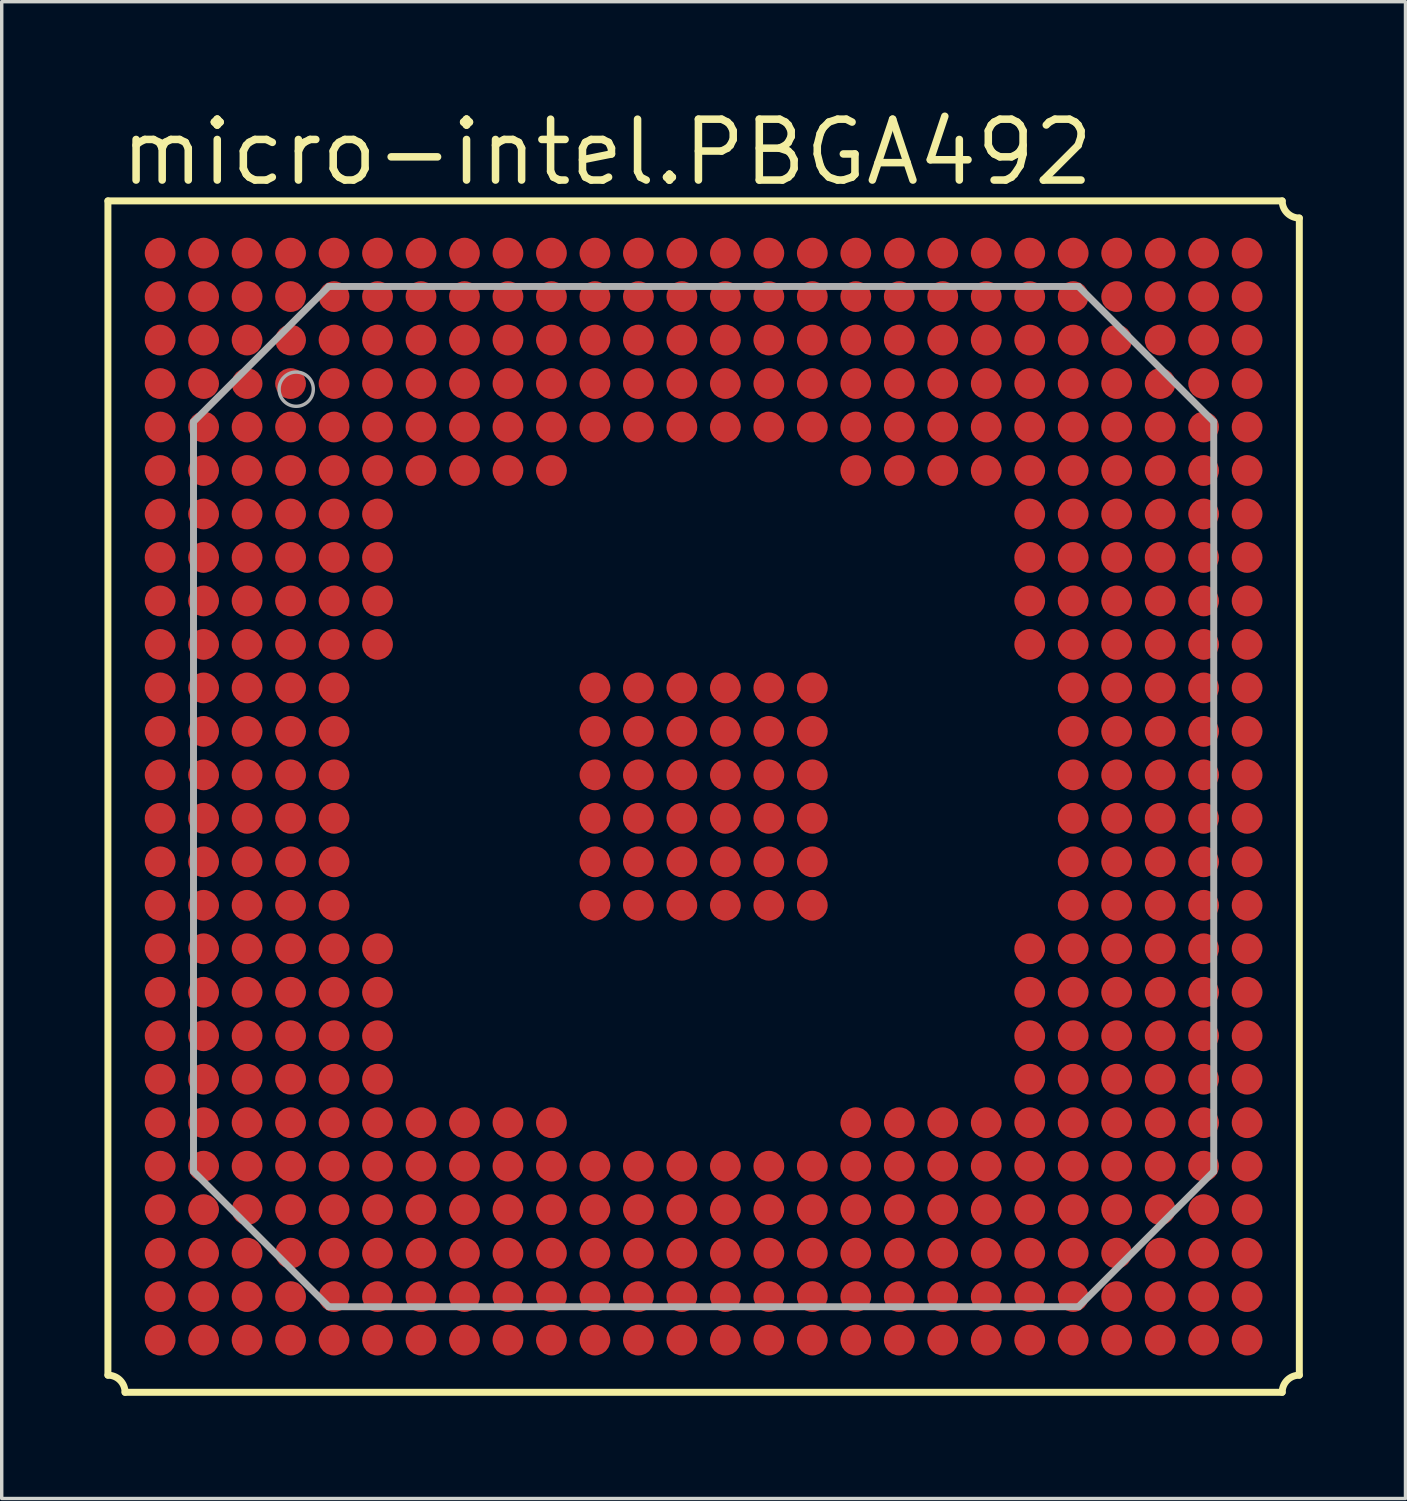
<source format=kicad_pcb>
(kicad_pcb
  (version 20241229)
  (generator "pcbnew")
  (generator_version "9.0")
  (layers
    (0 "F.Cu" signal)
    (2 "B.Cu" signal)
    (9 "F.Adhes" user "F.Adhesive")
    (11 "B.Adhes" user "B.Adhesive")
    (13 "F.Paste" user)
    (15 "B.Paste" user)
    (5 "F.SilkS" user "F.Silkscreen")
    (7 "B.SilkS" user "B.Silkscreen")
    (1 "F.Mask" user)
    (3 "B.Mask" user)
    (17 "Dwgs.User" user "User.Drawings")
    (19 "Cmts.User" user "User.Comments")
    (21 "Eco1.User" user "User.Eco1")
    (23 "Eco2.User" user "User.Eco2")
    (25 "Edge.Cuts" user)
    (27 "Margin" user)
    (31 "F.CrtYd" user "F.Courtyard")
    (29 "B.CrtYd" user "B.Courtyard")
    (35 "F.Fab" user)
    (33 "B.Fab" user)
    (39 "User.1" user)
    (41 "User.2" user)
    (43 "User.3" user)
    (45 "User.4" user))
  (footprint "micro-intel.PBGA492"
    (layer "F.Cu")
    (at 17.502 20.218)
    (property "Reference" "micro-intel.PBGA492" (at -17.145 -17.78 0) (layer "F.SilkS") (effects (font (size 1.778 1.778) (thickness 0.22)) (justify left bottom)))
    (attr smd)
    (fp_circle (center -15.875 -15.875) (end -15.494 -15.875) (stroke (width 0.1) (type default)) (fill no) (layer "F.Mask"))
    (fp_circle (center -15.875 -14.605) (end -15.494 -14.605) (stroke (width 0.1) (type default)) (fill no) (layer "F.Mask"))
    (fp_circle (center -15.875 -13.335) (end -15.494 -13.335) (stroke (width 0.1) (type default)) (fill no) (layer "F.Mask"))
    (fp_circle (center -15.875 -12.065) (end -15.494 -12.065) (stroke (width 0.1) (type default)) (fill no) (layer "F.Mask"))
    (fp_circle (center -15.875 -10.795) (end -15.494 -10.795) (stroke (width 0.1) (type default)) (fill no) (layer "F.Mask"))
    (fp_circle (center -15.875 -9.525) (end -15.494 -9.525) (stroke (width 0.1) (type default)) (fill no) (layer "F.Mask"))
    (fp_circle (center -15.875 -8.255) (end -15.494 -8.255) (stroke (width 0.1) (type default)) (fill no) (layer "F.Mask"))
    (fp_circle (center -15.875 -6.985) (end -15.494 -6.985) (stroke (width 0.1) (type default)) (fill no) (layer "F.Mask"))
    (fp_circle (center -15.875 -5.715) (end -15.494 -5.715) (stroke (width 0.1) (type default)) (fill no) (layer "F.Mask"))
    (fp_circle (center -15.875 -4.445) (end -15.494 -4.445) (stroke (width 0.1) (type default)) (fill no) (layer "F.Mask"))
    (fp_circle (center -15.875 -3.175) (end -15.494 -3.175) (stroke (width 0.1) (type default)) (fill no) (layer "F.Mask"))
    (fp_circle (center -15.875 -1.905) (end -15.494 -1.905) (stroke (width 0.1) (type default)) (fill no) (layer "F.Mask"))
    (fp_circle (center -15.875 -0.635) (end -15.494 -0.635) (stroke (width 0.1) (type default)) (fill no) (layer "F.Mask"))
    (fp_circle (center -15.875 0.635) (end -15.494 0.635) (stroke (width 0.1) (type default)) (fill no) (layer "F.Mask"))
    (fp_circle (center -15.875 1.905) (end -15.494 1.905) (stroke (width 0.1) (type default)) (fill no) (layer "F.Mask"))
    (fp_circle (center -15.875 3.175) (end -15.494 3.175) (stroke (width 0.1) (type default)) (fill no) (layer "F.Mask"))
    (fp_circle (center -15.875 4.445) (end -15.494 4.445) (stroke (width 0.1) (type default)) (fill no) (layer "F.Mask"))
    (fp_circle (center -15.875 5.715) (end -15.494 5.715) (stroke (width 0.1) (type default)) (fill no) (layer "F.Mask"))
    (fp_circle (center -15.875 6.985) (end -15.494 6.985) (stroke (width 0.1) (type default)) (fill no) (layer "F.Mask"))
    (fp_circle (center -15.875 8.255) (end -15.494 8.255) (stroke (width 0.1) (type default)) (fill no) (layer "F.Mask"))
    (fp_circle (center -15.875 9.525) (end -15.494 9.525) (stroke (width 0.1) (type default)) (fill no) (layer "F.Mask"))
    (fp_circle (center -15.875 10.795) (end -15.494 10.795) (stroke (width 0.1) (type default)) (fill no) (layer "F.Mask"))
    (fp_circle (center -15.875 12.065) (end -15.494 12.065) (stroke (width 0.1) (type default)) (fill no) (layer "F.Mask"))
    (fp_circle (center -15.875 13.335) (end -15.494 13.335) (stroke (width 0.1) (type default)) (fill no) (layer "F.Mask"))
    (fp_circle (center -15.875 14.605) (end -15.494 14.605) (stroke (width 0.1) (type default)) (fill no) (layer "F.Mask"))
    (fp_circle (center -15.875 15.875) (end -15.494 15.875) (stroke (width 0.1) (type default)) (fill no) (layer "F.Mask"))
    (fp_circle (center -14.605 -15.875) (end -14.224 -15.875) (stroke (width 0.1) (type default)) (fill no) (layer "F.Mask"))
    (fp_circle (center -14.605 -14.605) (end -14.224 -14.605) (stroke (width 0.1) (type default)) (fill no) (layer "F.Mask"))
    (fp_circle (center -14.605 -13.335) (end -14.224 -13.335) (stroke (width 0.1) (type default)) (fill no) (layer "F.Mask"))
    (fp_circle (center -14.605 -12.065) (end -14.224 -12.065) (stroke (width 0.1) (type default)) (fill no) (layer "F.Mask"))
    (fp_circle (center -14.605 -10.795) (end -14.224 -10.795) (stroke (width 0.1) (type default)) (fill no) (layer "F.Mask"))
    (fp_circle (center -14.605 -9.525) (end -14.224 -9.525) (stroke (width 0.1) (type default)) (fill no) (layer "F.Mask"))
    (fp_circle (center -14.605 -8.255) (end -14.224 -8.255) (stroke (width 0.1) (type default)) (fill no) (layer "F.Mask"))
    (fp_circle (center -14.605 -6.985) (end -14.224 -6.985) (stroke (width 0.1) (type default)) (fill no) (layer "F.Mask"))
    (fp_circle (center -14.605 -5.715) (end -14.224 -5.715) (stroke (width 0.1) (type default)) (fill no) (layer "F.Mask"))
    (fp_circle (center -14.605 -4.445) (end -14.224 -4.445) (stroke (width 0.1) (type default)) (fill no) (layer "F.Mask"))
    (fp_circle (center -14.605 -3.175) (end -14.224 -3.175) (stroke (width 0.1) (type default)) (fill no) (layer "F.Mask"))
    (fp_circle (center -14.605 -1.905) (end -14.224 -1.905) (stroke (width 0.1) (type default)) (fill no) (layer "F.Mask"))
    (fp_circle (center -14.605 -0.635) (end -14.224 -0.635) (stroke (width 0.1) (type default)) (fill no) (layer "F.Mask"))
    (fp_circle (center -14.605 0.635) (end -14.224 0.635) (stroke (width 0.1) (type default)) (fill no) (layer "F.Mask"))
    (fp_circle (center -14.605 1.905) (end -14.224 1.905) (stroke (width 0.1) (type default)) (fill no) (layer "F.Mask"))
    (fp_circle (center -14.605 3.175) (end -14.224 3.175) (stroke (width 0.1) (type default)) (fill no) (layer "F.Mask"))
    (fp_circle (center -14.605 4.445) (end -14.224 4.445) (stroke (width 0.1) (type default)) (fill no) (layer "F.Mask"))
    (fp_circle (center -14.605 5.715) (end -14.224 5.715) (stroke (width 0.1) (type default)) (fill no) (layer "F.Mask"))
    (fp_circle (center -14.605 6.985) (end -14.224 6.985) (stroke (width 0.1) (type default)) (fill no) (layer "F.Mask"))
    (fp_circle (center -14.605 8.255) (end -14.224 8.255) (stroke (width 0.1) (type default)) (fill no) (layer "F.Mask"))
    (fp_circle (center -14.605 9.525) (end -14.224 9.525) (stroke (width 0.1) (type default)) (fill no) (layer "F.Mask"))
    (fp_circle (center -14.605 10.795) (end -14.224 10.795) (stroke (width 0.1) (type default)) (fill no) (layer "F.Mask"))
    (fp_circle (center -14.605 12.065) (end -14.224 12.065) (stroke (width 0.1) (type default)) (fill no) (layer "F.Mask"))
    (fp_circle (center -14.605 13.335) (end -14.224 13.335) (stroke (width 0.1) (type default)) (fill no) (layer "F.Mask"))
    (fp_circle (center -14.605 14.605) (end -14.224 14.605) (stroke (width 0.1) (type default)) (fill no) (layer "F.Mask"))
    (fp_circle (center -14.605 15.875) (end -14.224 15.875) (stroke (width 0.1) (type default)) (fill no) (layer "F.Mask"))
    (fp_circle (center -13.335 -15.875) (end -12.954 -15.875) (stroke (width 0.1) (type default)) (fill no) (layer "F.Mask"))
    (fp_circle (center -13.335 -14.605) (end -12.954 -14.605) (stroke (width 0.1) (type default)) (fill no) (layer "F.Mask"))
    (fp_circle (center -13.335 -13.335) (end -12.954 -13.335) (stroke (width 0.1) (type default)) (fill no) (layer "F.Mask"))
    (fp_circle (center -13.335 -12.065) (end -12.954 -12.065) (stroke (width 0.1) (type default)) (fill no) (layer "F.Mask"))
    (fp_circle (center -13.335 -10.795) (end -12.954 -10.795) (stroke (width 0.1) (type default)) (fill no) (layer "F.Mask"))
    (fp_circle (center -13.335 -9.525) (end -12.954 -9.525) (stroke (width 0.1) (type default)) (fill no) (layer "F.Mask"))
    (fp_circle (center -13.335 -8.255) (end -12.954 -8.255) (stroke (width 0.1) (type default)) (fill no) (layer "F.Mask"))
    (fp_circle (center -13.335 -6.985) (end -12.954 -6.985) (stroke (width 0.1) (type default)) (fill no) (layer "F.Mask"))
    (fp_circle (center -13.335 -5.715) (end -12.954 -5.715) (stroke (width 0.1) (type default)) (fill no) (layer "F.Mask"))
    (fp_circle (center -13.335 -4.445) (end -12.954 -4.445) (stroke (width 0.1) (type default)) (fill no) (layer "F.Mask"))
    (fp_circle (center -13.335 -3.175) (end -12.954 -3.175) (stroke (width 0.1) (type default)) (fill no) (layer "F.Mask"))
    (fp_circle (center -13.335 -1.905) (end -12.954 -1.905) (stroke (width 0.1) (type default)) (fill no) (layer "F.Mask"))
    (fp_circle (center -13.335 -0.635) (end -12.954 -0.635) (stroke (width 0.1) (type default)) (fill no) (layer "F.Mask"))
    (fp_circle (center -13.335 0.635) (end -12.954 0.635) (stroke (width 0.1) (type default)) (fill no) (layer "F.Mask"))
    (fp_circle (center -13.335 1.905) (end -12.954 1.905) (stroke (width 0.1) (type default)) (fill no) (layer "F.Mask"))
    (fp_circle (center -13.335 3.175) (end -12.954 3.175) (stroke (width 0.1) (type default)) (fill no) (layer "F.Mask"))
    (fp_circle (center -13.335 4.445) (end -12.954 4.445) (stroke (width 0.1) (type default)) (fill no) (layer "F.Mask"))
    (fp_circle (center -13.335 5.715) (end -12.954 5.715) (stroke (width 0.1) (type default)) (fill no) (layer "F.Mask"))
    (fp_circle (center -13.335 6.985) (end -12.954 6.985) (stroke (width 0.1) (type default)) (fill no) (layer "F.Mask"))
    (fp_circle (center -13.335 8.255) (end -12.954 8.255) (stroke (width 0.1) (type default)) (fill no) (layer "F.Mask"))
    (fp_circle (center -13.335 9.525) (end -12.954 9.525) (stroke (width 0.1) (type default)) (fill no) (layer "F.Mask"))
    (fp_circle (center -13.335 10.795) (end -12.954 10.795) (stroke (width 0.1) (type default)) (fill no) (layer "F.Mask"))
    (fp_circle (center -13.335 12.065) (end -12.954 12.065) (stroke (width 0.1) (type default)) (fill no) (layer "F.Mask"))
    (fp_circle (center -13.335 13.335) (end -12.954 13.335) (stroke (width 0.1) (type default)) (fill no) (layer "F.Mask"))
    (fp_circle (center -13.335 14.605) (end -12.954 14.605) (stroke (width 0.1) (type default)) (fill no) (layer "F.Mask"))
    (fp_circle (center -13.335 15.875) (end -12.954 15.875) (stroke (width 0.1) (type default)) (fill no) (layer "F.Mask"))
    (fp_circle (center -12.065 -15.875) (end -11.684 -15.875) (stroke (width 0.1) (type default)) (fill no) (layer "F.Mask"))
    (fp_circle (center -12.065 -14.605) (end -11.684 -14.605) (stroke (width 0.1) (type default)) (fill no) (layer "F.Mask"))
    (fp_circle (center -12.065 -13.335) (end -11.684 -13.335) (stroke (width 0.1) (type default)) (fill no) (layer "F.Mask"))
    (fp_circle (center -12.065 -12.065) (end -11.684 -12.065) (stroke (width 0.1) (type default)) (fill no) (layer "F.Mask"))
    (fp_circle (center -12.065 -10.795) (end -11.684 -10.795) (stroke (width 0.1) (type default)) (fill no) (layer "F.Mask"))
    (fp_circle (center -12.065 -9.525) (end -11.684 -9.525) (stroke (width 0.1) (type default)) (fill no) (layer "F.Mask"))
    (fp_circle (center -12.065 -8.255) (end -11.684 -8.255) (stroke (width 0.1) (type default)) (fill no) (layer "F.Mask"))
    (fp_circle (center -12.065 -6.985) (end -11.684 -6.985) (stroke (width 0.1) (type default)) (fill no) (layer "F.Mask"))
    (fp_circle (center -12.065 -5.715) (end -11.684 -5.715) (stroke (width 0.1) (type default)) (fill no) (layer "F.Mask"))
    (fp_circle (center -12.065 -4.445) (end -11.684 -4.445) (stroke (width 0.1) (type default)) (fill no) (layer "F.Mask"))
    (fp_circle (center -12.065 -3.175) (end -11.684 -3.175) (stroke (width 0.1) (type default)) (fill no) (layer "F.Mask"))
    (fp_circle (center -12.065 -1.905) (end -11.684 -1.905) (stroke (width 0.1) (type default)) (fill no) (layer "F.Mask"))
    (fp_circle (center -12.065 -0.635) (end -11.684 -0.635) (stroke (width 0.1) (type default)) (fill no) (layer "F.Mask"))
    (fp_circle (center -12.065 0.635) (end -11.684 0.635) (stroke (width 0.1) (type default)) (fill no) (layer "F.Mask"))
    (fp_circle (center -12.065 1.905) (end -11.684 1.905) (stroke (width 0.1) (type default)) (fill no) (layer "F.Mask"))
    (fp_circle (center -12.065 3.175) (end -11.684 3.175) (stroke (width 0.1) (type default)) (fill no) (layer "F.Mask"))
    (fp_circle (center -12.065 4.445) (end -11.684 4.445) (stroke (width 0.1) (type default)) (fill no) (layer "F.Mask"))
    (fp_circle (center -12.065 5.715) (end -11.684 5.715) (stroke (width 0.1) (type default)) (fill no) (layer "F.Mask"))
    (fp_circle (center -12.065 6.985) (end -11.684 6.985) (stroke (width 0.1) (type default)) (fill no) (layer "F.Mask"))
    (fp_circle (center -12.065 8.255) (end -11.684 8.255) (stroke (width 0.1) (type default)) (fill no) (layer "F.Mask"))
    (fp_circle (center -12.065 9.525) (end -11.684 9.525) (stroke (width 0.1) (type default)) (fill no) (layer "F.Mask"))
    (fp_circle (center -12.065 10.795) (end -11.684 10.795) (stroke (width 0.1) (type default)) (fill no) (layer "F.Mask"))
    (fp_circle (center -12.065 12.065) (end -11.684 12.065) (stroke (width 0.1) (type default)) (fill no) (layer "F.Mask"))
    (fp_circle (center -12.065 13.335) (end -11.684 13.335) (stroke (width 0.1) (type default)) (fill no) (layer "F.Mask"))
    (fp_circle (center -12.065 14.605) (end -11.684 14.605) (stroke (width 0.1) (type default)) (fill no) (layer "F.Mask"))
    (fp_circle (center -12.065 15.875) (end -11.684 15.875) (stroke (width 0.1) (type default)) (fill no) (layer "F.Mask"))
    (fp_circle (center -10.795 -15.875) (end -10.414 -15.875) (stroke (width 0.1) (type default)) (fill no) (layer "F.Mask"))
    (fp_circle (center -10.795 -14.605) (end -10.414 -14.605) (stroke (width 0.1) (type default)) (fill no) (layer "F.Mask"))
    (fp_circle (center -10.795 -13.335) (end -10.414 -13.335) (stroke (width 0.1) (type default)) (fill no) (layer "F.Mask"))
    (fp_circle (center -10.795 -12.065) (end -10.414 -12.065) (stroke (width 0.1) (type default)) (fill no) (layer "F.Mask"))
    (fp_circle (center -10.795 -10.795) (end -10.414 -10.795) (stroke (width 0.1) (type default)) (fill no) (layer "F.Mask"))
    (fp_circle (center -10.795 -9.525) (end -10.414 -9.525) (stroke (width 0.1) (type default)) (fill no) (layer "F.Mask"))
    (fp_circle (center -10.795 -8.255) (end -10.414 -8.255) (stroke (width 0.1) (type default)) (fill no) (layer "F.Mask"))
    (fp_circle (center -10.795 -6.985) (end -10.414 -6.985) (stroke (width 0.1) (type default)) (fill no) (layer "F.Mask"))
    (fp_circle (center -10.795 -5.715) (end -10.414 -5.715) (stroke (width 0.1) (type default)) (fill no) (layer "F.Mask"))
    (fp_circle (center -10.795 -4.445) (end -10.414 -4.445) (stroke (width 0.1) (type default)) (fill no) (layer "F.Mask"))
    (fp_circle (center -10.795 -3.175) (end -10.414 -3.175) (stroke (width 0.1) (type default)) (fill no) (layer "F.Mask"))
    (fp_circle (center -10.795 -1.905) (end -10.414 -1.905) (stroke (width 0.1) (type default)) (fill no) (layer "F.Mask"))
    (fp_circle (center -10.795 -0.635) (end -10.414 -0.635) (stroke (width 0.1) (type default)) (fill no) (layer "F.Mask"))
    (fp_circle (center -10.795 0.635) (end -10.414 0.635) (stroke (width 0.1) (type default)) (fill no) (layer "F.Mask"))
    (fp_circle (center -10.795 1.905) (end -10.414 1.905) (stroke (width 0.1) (type default)) (fill no) (layer "F.Mask"))
    (fp_circle (center -10.795 3.175) (end -10.414 3.175) (stroke (width 0.1) (type default)) (fill no) (layer "F.Mask"))
    (fp_circle (center -10.795 4.445) (end -10.414 4.445) (stroke (width 0.1) (type default)) (fill no) (layer "F.Mask"))
    (fp_circle (center -10.795 5.715) (end -10.414 5.715) (stroke (width 0.1) (type default)) (fill no) (layer "F.Mask"))
    (fp_circle (center -10.795 6.985) (end -10.414 6.985) (stroke (width 0.1) (type default)) (fill no) (layer "F.Mask"))
    (fp_circle (center -10.795 8.255) (end -10.414 8.255) (stroke (width 0.1) (type default)) (fill no) (layer "F.Mask"))
    (fp_circle (center -10.795 9.525) (end -10.414 9.525) (stroke (width 0.1) (type default)) (fill no) (layer "F.Mask"))
    (fp_circle (center -10.795 10.795) (end -10.414 10.795) (stroke (width 0.1) (type default)) (fill no) (layer "F.Mask"))
    (fp_circle (center -10.795 12.065) (end -10.414 12.065) (stroke (width 0.1) (type default)) (fill no) (layer "F.Mask"))
    (fp_circle (center -10.795 13.335) (end -10.414 13.335) (stroke (width 0.1) (type default)) (fill no) (layer "F.Mask"))
    (fp_circle (center -10.795 14.605) (end -10.414 14.605) (stroke (width 0.1) (type default)) (fill no) (layer "F.Mask"))
    (fp_circle (center -10.795 15.875) (end -10.414 15.875) (stroke (width 0.1) (type default)) (fill no) (layer "F.Mask"))
    (fp_circle (center -9.525 -15.875) (end -9.144 -15.875) (stroke (width 0.1) (type default)) (fill no) (layer "F.Mask"))
    (fp_circle (center -9.525 -14.605) (end -9.144 -14.605) (stroke (width 0.1) (type default)) (fill no) (layer "F.Mask"))
    (fp_circle (center -9.525 -13.335) (end -9.144 -13.335) (stroke (width 0.1) (type default)) (fill no) (layer "F.Mask"))
    (fp_circle (center -9.525 -12.065) (end -9.144 -12.065) (stroke (width 0.1) (type default)) (fill no) (layer "F.Mask"))
    (fp_circle (center -9.525 -10.795) (end -9.144 -10.795) (stroke (width 0.1) (type default)) (fill no) (layer "F.Mask"))
    (fp_circle (center -9.525 -9.525) (end -9.144 -9.525) (stroke (width 0.1) (type default)) (fill no) (layer "F.Mask"))
    (fp_circle (center -9.525 -8.255) (end -9.144 -8.255) (stroke (width 0.1) (type default)) (fill no) (layer "F.Mask"))
    (fp_circle (center -9.525 -6.985) (end -9.144 -6.985) (stroke (width 0.1) (type default)) (fill no) (layer "F.Mask"))
    (fp_circle (center -9.525 -5.715) (end -9.144 -5.715) (stroke (width 0.1) (type default)) (fill no) (layer "F.Mask"))
    (fp_circle (center -9.525 -4.445) (end -9.144 -4.445) (stroke (width 0.1) (type default)) (fill no) (layer "F.Mask"))
    (fp_circle (center -9.525 4.445) (end -9.144 4.445) (stroke (width 0.1) (type default)) (fill no) (layer "F.Mask"))
    (fp_circle (center -9.525 5.715) (end -9.144 5.715) (stroke (width 0.1) (type default)) (fill no) (layer "F.Mask"))
    (fp_circle (center -9.525 6.985) (end -9.144 6.985) (stroke (width 0.1) (type default)) (fill no) (layer "F.Mask"))
    (fp_circle (center -9.525 8.255) (end -9.144 8.255) (stroke (width 0.1) (type default)) (fill no) (layer "F.Mask"))
    (fp_circle (center -9.525 9.525) (end -9.144 9.525) (stroke (width 0.1) (type default)) (fill no) (layer "F.Mask"))
    (fp_circle (center -9.525 10.795) (end -9.144 10.795) (stroke (width 0.1) (type default)) (fill no) (layer "F.Mask"))
    (fp_circle (center -9.525 12.065) (end -9.144 12.065) (stroke (width 0.1) (type default)) (fill no) (layer "F.Mask"))
    (fp_circle (center -9.525 13.335) (end -9.144 13.335) (stroke (width 0.1) (type default)) (fill no) (layer "F.Mask"))
    (fp_circle (center -9.525 14.605) (end -9.144 14.605) (stroke (width 0.1) (type default)) (fill no) (layer "F.Mask"))
    (fp_circle (center -9.525 15.875) (end -9.144 15.875) (stroke (width 0.1) (type default)) (fill no) (layer "F.Mask"))
    (fp_circle (center -8.255 -15.875) (end -7.874 -15.875) (stroke (width 0.1) (type default)) (fill no) (layer "F.Mask"))
    (fp_circle (center -8.255 -14.605) (end -7.874 -14.605) (stroke (width 0.1) (type default)) (fill no) (layer "F.Mask"))
    (fp_circle (center -8.255 -13.335) (end -7.874 -13.335) (stroke (width 0.1) (type default)) (fill no) (layer "F.Mask"))
    (fp_circle (center -8.255 -12.065) (end -7.874 -12.065) (stroke (width 0.1) (type default)) (fill no) (layer "F.Mask"))
    (fp_circle (center -8.255 -10.795) (end -7.874 -10.795) (stroke (width 0.1) (type default)) (fill no) (layer "F.Mask"))
    (fp_circle (center -8.255 -9.525) (end -7.874 -9.525) (stroke (width 0.1) (type default)) (fill no) (layer "F.Mask"))
    (fp_circle (center -8.255 9.525) (end -7.874 9.525) (stroke (width 0.1) (type default)) (fill no) (layer "F.Mask"))
    (fp_circle (center -8.255 10.795) (end -7.874 10.795) (stroke (width 0.1) (type default)) (fill no) (layer "F.Mask"))
    (fp_circle (center -8.255 12.065) (end -7.874 12.065) (stroke (width 0.1) (type default)) (fill no) (layer "F.Mask"))
    (fp_circle (center -8.255 13.335) (end -7.874 13.335) (stroke (width 0.1) (type default)) (fill no) (layer "F.Mask"))
    (fp_circle (center -8.255 14.605) (end -7.874 14.605) (stroke (width 0.1) (type default)) (fill no) (layer "F.Mask"))
    (fp_circle (center -8.255 15.875) (end -7.874 15.875) (stroke (width 0.1) (type default)) (fill no) (layer "F.Mask"))
    (fp_circle (center -6.985 -15.875) (end -6.604 -15.875) (stroke (width 0.1) (type default)) (fill no) (layer "F.Mask"))
    (fp_circle (center -6.985 -14.605) (end -6.604 -14.605) (stroke (width 0.1) (type default)) (fill no) (layer "F.Mask"))
    (fp_circle (center -6.985 -13.335) (end -6.604 -13.335) (stroke (width 0.1) (type default)) (fill no) (layer "F.Mask"))
    (fp_circle (center -6.985 -12.065) (end -6.604 -12.065) (stroke (width 0.1) (type default)) (fill no) (layer "F.Mask"))
    (fp_circle (center -6.985 -10.795) (end -6.604 -10.795) (stroke (width 0.1) (type default)) (fill no) (layer "F.Mask"))
    (fp_circle (center -6.985 -9.525) (end -6.604 -9.525) (stroke (width 0.1) (type default)) (fill no) (layer "F.Mask"))
    (fp_circle (center -6.985 9.525) (end -6.604 9.525) (stroke (width 0.1) (type default)) (fill no) (layer "F.Mask"))
    (fp_circle (center -6.985 10.795) (end -6.604 10.795) (stroke (width 0.1) (type default)) (fill no) (layer "F.Mask"))
    (fp_circle (center -6.985 12.065) (end -6.604 12.065) (stroke (width 0.1) (type default)) (fill no) (layer "F.Mask"))
    (fp_circle (center -6.985 13.335) (end -6.604 13.335) (stroke (width 0.1) (type default)) (fill no) (layer "F.Mask"))
    (fp_circle (center -6.985 14.605) (end -6.604 14.605) (stroke (width 0.1) (type default)) (fill no) (layer "F.Mask"))
    (fp_circle (center -6.985 15.875) (end -6.604 15.875) (stroke (width 0.1) (type default)) (fill no) (layer "F.Mask"))
    (fp_circle (center -5.715 -15.875) (end -5.334 -15.875) (stroke (width 0.1) (type default)) (fill no) (layer "F.Mask"))
    (fp_circle (center -5.715 -14.605) (end -5.334 -14.605) (stroke (width 0.1) (type default)) (fill no) (layer "F.Mask"))
    (fp_circle (center -5.715 -13.335) (end -5.334 -13.335) (stroke (width 0.1) (type default)) (fill no) (layer "F.Mask"))
    (fp_circle (center -5.715 -12.065) (end -5.334 -12.065) (stroke (width 0.1) (type default)) (fill no) (layer "F.Mask"))
    (fp_circle (center -5.715 -10.795) (end -5.334 -10.795) (stroke (width 0.1) (type default)) (fill no) (layer "F.Mask"))
    (fp_circle (center -5.715 -9.525) (end -5.334 -9.525) (stroke (width 0.1) (type default)) (fill no) (layer "F.Mask"))
    (fp_circle (center -5.715 9.525) (end -5.334 9.525) (stroke (width 0.1) (type default)) (fill no) (layer "F.Mask"))
    (fp_circle (center -5.715 10.795) (end -5.334 10.795) (stroke (width 0.1) (type default)) (fill no) (layer "F.Mask"))
    (fp_circle (center -5.715 12.065) (end -5.334 12.065) (stroke (width 0.1) (type default)) (fill no) (layer "F.Mask"))
    (fp_circle (center -5.715 13.335) (end -5.334 13.335) (stroke (width 0.1) (type default)) (fill no) (layer "F.Mask"))
    (fp_circle (center -5.715 14.605) (end -5.334 14.605) (stroke (width 0.1) (type default)) (fill no) (layer "F.Mask"))
    (fp_circle (center -5.715 15.875) (end -5.334 15.875) (stroke (width 0.1) (type default)) (fill no) (layer "F.Mask"))
    (fp_circle (center -4.445 -15.875) (end -4.064 -15.875) (stroke (width 0.1) (type default)) (fill no) (layer "F.Mask"))
    (fp_circle (center -4.445 -14.605) (end -4.064 -14.605) (stroke (width 0.1) (type default)) (fill no) (layer "F.Mask"))
    (fp_circle (center -4.445 -13.335) (end -4.064 -13.335) (stroke (width 0.1) (type default)) (fill no) (layer "F.Mask"))
    (fp_circle (center -4.445 -12.065) (end -4.064 -12.065) (stroke (width 0.1) (type default)) (fill no) (layer "F.Mask"))
    (fp_circle (center -4.445 -10.795) (end -4.064 -10.795) (stroke (width 0.1) (type default)) (fill no) (layer "F.Mask"))
    (fp_circle (center -4.445 -9.525) (end -4.064 -9.525) (stroke (width 0.1) (type default)) (fill no) (layer "F.Mask"))
    (fp_circle (center -4.445 9.525) (end -4.064 9.525) (stroke (width 0.1) (type default)) (fill no) (layer "F.Mask"))
    (fp_circle (center -4.445 10.795) (end -4.064 10.795) (stroke (width 0.1) (type default)) (fill no) (layer "F.Mask"))
    (fp_circle (center -4.445 12.065) (end -4.064 12.065) (stroke (width 0.1) (type default)) (fill no) (layer "F.Mask"))
    (fp_circle (center -4.445 13.335) (end -4.064 13.335) (stroke (width 0.1) (type default)) (fill no) (layer "F.Mask"))
    (fp_circle (center -4.445 14.605) (end -4.064 14.605) (stroke (width 0.1) (type default)) (fill no) (layer "F.Mask"))
    (fp_circle (center -4.445 15.875) (end -4.064 15.875) (stroke (width 0.1) (type default)) (fill no) (layer "F.Mask"))
    (fp_circle (center -3.175 -15.875) (end -2.794 -15.875) (stroke (width 0.1) (type default)) (fill no) (layer "F.Mask"))
    (fp_circle (center -3.175 -14.605) (end -2.794 -14.605) (stroke (width 0.1) (type default)) (fill no) (layer "F.Mask"))
    (fp_circle (center -3.175 -13.335) (end -2.794 -13.335) (stroke (width 0.1) (type default)) (fill no) (layer "F.Mask"))
    (fp_circle (center -3.175 -12.065) (end -2.794 -12.065) (stroke (width 0.1) (type default)) (fill no) (layer "F.Mask"))
    (fp_circle (center -3.175 -10.795) (end -2.794 -10.795) (stroke (width 0.1) (type default)) (fill no) (layer "F.Mask"))
    (fp_circle (center -3.175 -3.175) (end -2.794 -3.175) (stroke (width 0.1) (type default)) (fill no) (layer "F.Mask"))
    (fp_circle (center -3.175 -1.905) (end -2.794 -1.905) (stroke (width 0.1) (type default)) (fill no) (layer "F.Mask"))
    (fp_circle (center -3.175 -0.635) (end -2.794 -0.635) (stroke (width 0.1) (type default)) (fill no) (layer "F.Mask"))
    (fp_circle (center -3.175 0.635) (end -2.794 0.635) (stroke (width 0.1) (type default)) (fill no) (layer "F.Mask"))
    (fp_circle (center -3.175 1.905) (end -2.794 1.905) (stroke (width 0.1) (type default)) (fill no) (layer "F.Mask"))
    (fp_circle (center -3.175 3.175) (end -2.794 3.175) (stroke (width 0.1) (type default)) (fill no) (layer "F.Mask"))
    (fp_circle (center -3.175 10.795) (end -2.794 10.795) (stroke (width 0.1) (type default)) (fill no) (layer "F.Mask"))
    (fp_circle (center -3.175 12.065) (end -2.794 12.065) (stroke (width 0.1) (type default)) (fill no) (layer "F.Mask"))
    (fp_circle (center -3.175 13.335) (end -2.794 13.335) (stroke (width 0.1) (type default)) (fill no) (layer "F.Mask"))
    (fp_circle (center -3.175 14.605) (end -2.794 14.605) (stroke (width 0.1) (type default)) (fill no) (layer "F.Mask"))
    (fp_circle (center -3.175 15.875) (end -2.794 15.875) (stroke (width 0.1) (type default)) (fill no) (layer "F.Mask"))
    (fp_circle (center -1.905 -15.875) (end -1.524 -15.875) (stroke (width 0.1) (type default)) (fill no) (layer "F.Mask"))
    (fp_circle (center -1.905 -14.605) (end -1.524 -14.605) (stroke (width 0.1) (type default)) (fill no) (layer "F.Mask"))
    (fp_circle (center -1.905 -13.335) (end -1.524 -13.335) (stroke (width 0.1) (type default)) (fill no) (layer "F.Mask"))
    (fp_circle (center -1.905 -12.065) (end -1.524 -12.065) (stroke (width 0.1) (type default)) (fill no) (layer "F.Mask"))
    (fp_circle (center -1.905 -10.795) (end -1.524 -10.795) (stroke (width 0.1) (type default)) (fill no) (layer "F.Mask"))
    (fp_circle (center -1.905 -3.175) (end -1.524 -3.175) (stroke (width 0.1) (type default)) (fill no) (layer "F.Mask"))
    (fp_circle (center -1.905 -1.905) (end -1.524 -1.905) (stroke (width 0.1) (type default)) (fill no) (layer "F.Mask"))
    (fp_circle (center -1.905 -0.635) (end -1.524 -0.635) (stroke (width 0.1) (type default)) (fill no) (layer "F.Mask"))
    (fp_circle (center -1.905 0.635) (end -1.524 0.635) (stroke (width 0.1) (type default)) (fill no) (layer "F.Mask"))
    (fp_circle (center -1.905 1.905) (end -1.524 1.905) (stroke (width 0.1) (type default)) (fill no) (layer "F.Mask"))
    (fp_circle (center -1.905 3.175) (end -1.524 3.175) (stroke (width 0.1) (type default)) (fill no) (layer "F.Mask"))
    (fp_circle (center -1.905 10.795) (end -1.524 10.795) (stroke (width 0.1) (type default)) (fill no) (layer "F.Mask"))
    (fp_circle (center -1.905 12.065) (end -1.524 12.065) (stroke (width 0.1) (type default)) (fill no) (layer "F.Mask"))
    (fp_circle (center -1.905 13.335) (end -1.524 13.335) (stroke (width 0.1) (type default)) (fill no) (layer "F.Mask"))
    (fp_circle (center -1.905 14.605) (end -1.524 14.605) (stroke (width 0.1) (type default)) (fill no) (layer "F.Mask"))
    (fp_circle (center -1.905 15.875) (end -1.524 15.875) (stroke (width 0.1) (type default)) (fill no) (layer "F.Mask"))
    (fp_circle (center -0.635 -15.875) (end -0.254 -15.875) (stroke (width 0.1) (type default)) (fill no) (layer "F.Mask"))
    (fp_circle (center -0.635 -14.605) (end -0.254 -14.605) (stroke (width 0.1) (type default)) (fill no) (layer "F.Mask"))
    (fp_circle (center -0.635 -13.335) (end -0.254 -13.335) (stroke (width 0.1) (type default)) (fill no) (layer "F.Mask"))
    (fp_circle (center -0.635 -12.065) (end -0.254 -12.065) (stroke (width 0.1) (type default)) (fill no) (layer "F.Mask"))
    (fp_circle (center -0.635 -10.795) (end -0.254 -10.795) (stroke (width 0.1) (type default)) (fill no) (layer "F.Mask"))
    (fp_circle (center -0.635 -3.175) (end -0.254 -3.175) (stroke (width 0.1) (type default)) (fill no) (layer "F.Mask"))
    (fp_circle (center -0.635 -1.905) (end -0.254 -1.905) (stroke (width 0.1) (type default)) (fill no) (layer "F.Mask"))
    (fp_circle (center -0.635 -0.635) (end -0.254 -0.635) (stroke (width 0.1) (type default)) (fill no) (layer "F.Mask"))
    (fp_circle (center -0.635 0.635) (end -0.254 0.635) (stroke (width 0.1) (type default)) (fill no) (layer "F.Mask"))
    (fp_circle (center -0.635 1.905) (end -0.254 1.905) (stroke (width 0.1) (type default)) (fill no) (layer "F.Mask"))
    (fp_circle (center -0.635 3.175) (end -0.254 3.175) (stroke (width 0.1) (type default)) (fill no) (layer "F.Mask"))
    (fp_circle (center -0.635 10.795) (end -0.254 10.795) (stroke (width 0.1) (type default)) (fill no) (layer "F.Mask"))
    (fp_circle (center -0.635 12.065) (end -0.254 12.065) (stroke (width 0.1) (type default)) (fill no) (layer "F.Mask"))
    (fp_circle (center -0.635 13.335) (end -0.254 13.335) (stroke (width 0.1) (type default)) (fill no) (layer "F.Mask"))
    (fp_circle (center -0.635 14.605) (end -0.254 14.605) (stroke (width 0.1) (type default)) (fill no) (layer "F.Mask"))
    (fp_circle (center -0.635 15.875) (end -0.254 15.875) (stroke (width 0.1) (type default)) (fill no) (layer "F.Mask"))
    (fp_circle (center 0.635 -15.875) (end 1.016 -15.875) (stroke (width 0.1) (type default)) (fill no) (layer "F.Mask"))
    (fp_circle (center 0.635 -14.605) (end 1.016 -14.605) (stroke (width 0.1) (type default)) (fill no) (layer "F.Mask"))
    (fp_circle (center 0.635 -13.335) (end 1.016 -13.335) (stroke (width 0.1) (type default)) (fill no) (layer "F.Mask"))
    (fp_circle (center 0.635 -12.065) (end 1.016 -12.065) (stroke (width 0.1) (type default)) (fill no) (layer "F.Mask"))
    (fp_circle (center 0.635 -10.795) (end 1.016 -10.795) (stroke (width 0.1) (type default)) (fill no) (layer "F.Mask"))
    (fp_circle (center 0.635 -3.175) (end 1.016 -3.175) (stroke (width 0.1) (type default)) (fill no) (layer "F.Mask"))
    (fp_circle (center 0.635 -1.905) (end 1.016 -1.905) (stroke (width 0.1) (type default)) (fill no) (layer "F.Mask"))
    (fp_circle (center 0.635 -0.635) (end 1.016 -0.635) (stroke (width 0.1) (type default)) (fill no) (layer "F.Mask"))
    (fp_circle (center 0.635 0.635) (end 1.016 0.635) (stroke (width 0.1) (type default)) (fill no) (layer "F.Mask"))
    (fp_circle (center 0.635 1.905) (end 1.016 1.905) (stroke (width 0.1) (type default)) (fill no) (layer "F.Mask"))
    (fp_circle (center 0.635 3.175) (end 1.016 3.175) (stroke (width 0.1) (type default)) (fill no) (layer "F.Mask"))
    (fp_circle (center 0.635 10.795) (end 1.016 10.795) (stroke (width 0.1) (type default)) (fill no) (layer "F.Mask"))
    (fp_circle (center 0.635 12.065) (end 1.016 12.065) (stroke (width 0.1) (type default)) (fill no) (layer "F.Mask"))
    (fp_circle (center 0.635 13.335) (end 1.016 13.335) (stroke (width 0.1) (type default)) (fill no) (layer "F.Mask"))
    (fp_circle (center 0.635 14.605) (end 1.016 14.605) (stroke (width 0.1) (type default)) (fill no) (layer "F.Mask"))
    (fp_circle (center 0.635 15.875) (end 1.016 15.875) (stroke (width 0.1) (type default)) (fill no) (layer "F.Mask"))
    (fp_circle (center 1.905 -15.875) (end 2.286 -15.875) (stroke (width 0.1) (type default)) (fill no) (layer "F.Mask"))
    (fp_circle (center 1.905 -14.605) (end 2.286 -14.605) (stroke (width 0.1) (type default)) (fill no) (layer "F.Mask"))
    (fp_circle (center 1.905 -13.335) (end 2.286 -13.335) (stroke (width 0.1) (type default)) (fill no) (layer "F.Mask"))
    (fp_circle (center 1.905 -12.065) (end 2.286 -12.065) (stroke (width 0.1) (type default)) (fill no) (layer "F.Mask"))
    (fp_circle (center 1.905 -10.795) (end 2.286 -10.795) (stroke (width 0.1) (type default)) (fill no) (layer "F.Mask"))
    (fp_circle (center 1.905 -3.175) (end 2.286 -3.175) (stroke (width 0.1) (type default)) (fill no) (layer "F.Mask"))
    (fp_circle (center 1.905 -1.905) (end 2.286 -1.905) (stroke (width 0.1) (type default)) (fill no) (layer "F.Mask"))
    (fp_circle (center 1.905 -0.635) (end 2.286 -0.635) (stroke (width 0.1) (type default)) (fill no) (layer "F.Mask"))
    (fp_circle (center 1.905 0.635) (end 2.286 0.635) (stroke (width 0.1) (type default)) (fill no) (layer "F.Mask"))
    (fp_circle (center 1.905 1.905) (end 2.286 1.905) (stroke (width 0.1) (type default)) (fill no) (layer "F.Mask"))
    (fp_circle (center 1.905 3.175) (end 2.286 3.175) (stroke (width 0.1) (type default)) (fill no) (layer "F.Mask"))
    (fp_circle (center 1.905 10.795) (end 2.286 10.795) (stroke (width 0.1) (type default)) (fill no) (layer "F.Mask"))
    (fp_circle (center 1.905 12.065) (end 2.286 12.065) (stroke (width 0.1) (type default)) (fill no) (layer "F.Mask"))
    (fp_circle (center 1.905 13.335) (end 2.286 13.335) (stroke (width 0.1) (type default)) (fill no) (layer "F.Mask"))
    (fp_circle (center 1.905 14.605) (end 2.286 14.605) (stroke (width 0.1) (type default)) (fill no) (layer "F.Mask"))
    (fp_circle (center 1.905 15.875) (end 2.286 15.875) (stroke (width 0.1) (type default)) (fill no) (layer "F.Mask"))
    (fp_circle (center 3.175 -15.875) (end 3.556 -15.875) (stroke (width 0.1) (type default)) (fill no) (layer "F.Mask"))
    (fp_circle (center 3.175 -14.605) (end 3.556 -14.605) (stroke (width 0.1) (type default)) (fill no) (layer "F.Mask"))
    (fp_circle (center 3.175 -13.335) (end 3.556 -13.335) (stroke (width 0.1) (type default)) (fill no) (layer "F.Mask"))
    (fp_circle (center 3.175 -12.065) (end 3.556 -12.065) (stroke (width 0.1) (type default)) (fill no) (layer "F.Mask"))
    (fp_circle (center 3.175 -10.795) (end 3.556 -10.795) (stroke (width 0.1) (type default)) (fill no) (layer "F.Mask"))
    (fp_circle (center 3.175 -3.175) (end 3.556 -3.175) (stroke (width 0.1) (type default)) (fill no) (layer "F.Mask"))
    (fp_circle (center 3.175 -1.905) (end 3.556 -1.905) (stroke (width 0.1) (type default)) (fill no) (layer "F.Mask"))
    (fp_circle (center 3.175 -0.635) (end 3.556 -0.635) (stroke (width 0.1) (type default)) (fill no) (layer "F.Mask"))
    (fp_circle (center 3.175 0.635) (end 3.556 0.635) (stroke (width 0.1) (type default)) (fill no) (layer "F.Mask"))
    (fp_circle (center 3.175 1.905) (end 3.556 1.905) (stroke (width 0.1) (type default)) (fill no) (layer "F.Mask"))
    (fp_circle (center 3.175 3.175) (end 3.556 3.175) (stroke (width 0.1) (type default)) (fill no) (layer "F.Mask"))
    (fp_circle (center 3.175 10.795) (end 3.556 10.795) (stroke (width 0.1) (type default)) (fill no) (layer "F.Mask"))
    (fp_circle (center 3.175 12.065) (end 3.556 12.065) (stroke (width 0.1) (type default)) (fill no) (layer "F.Mask"))
    (fp_circle (center 3.175 13.335) (end 3.556 13.335) (stroke (width 0.1) (type default)) (fill no) (layer "F.Mask"))
    (fp_circle (center 3.175 14.605) (end 3.556 14.605) (stroke (width 0.1) (type default)) (fill no) (layer "F.Mask"))
    (fp_circle (center 3.175 15.875) (end 3.556 15.875) (stroke (width 0.1) (type default)) (fill no) (layer "F.Mask"))
    (fp_circle (center 4.445 -15.875) (end 4.826 -15.875) (stroke (width 0.1) (type default)) (fill no) (layer "F.Mask"))
    (fp_circle (center 4.445 -14.605) (end 4.826 -14.605) (stroke (width 0.1) (type default)) (fill no) (layer "F.Mask"))
    (fp_circle (center 4.445 -13.335) (end 4.826 -13.335) (stroke (width 0.1) (type default)) (fill no) (layer "F.Mask"))
    (fp_circle (center 4.445 -12.065) (end 4.826 -12.065) (stroke (width 0.1) (type default)) (fill no) (layer "F.Mask"))
    (fp_circle (center 4.445 -10.795) (end 4.826 -10.795) (stroke (width 0.1) (type default)) (fill no) (layer "F.Mask"))
    (fp_circle (center 4.445 -9.525) (end 4.826 -9.525) (stroke (width 0.1) (type default)) (fill no) (layer "F.Mask"))
    (fp_circle (center 4.445 9.525) (end 4.826 9.525) (stroke (width 0.1) (type default)) (fill no) (layer "F.Mask"))
    (fp_circle (center 4.445 10.795) (end 4.826 10.795) (stroke (width 0.1) (type default)) (fill no) (layer "F.Mask"))
    (fp_circle (center 4.445 12.065) (end 4.826 12.065) (stroke (width 0.1) (type default)) (fill no) (layer "F.Mask"))
    (fp_circle (center 4.445 13.335) (end 4.826 13.335) (stroke (width 0.1) (type default)) (fill no) (layer "F.Mask"))
    (fp_circle (center 4.445 14.605) (end 4.826 14.605) (stroke (width 0.1) (type default)) (fill no) (layer "F.Mask"))
    (fp_circle (center 4.445 15.875) (end 4.826 15.875) (stroke (width 0.1) (type default)) (fill no) (layer "F.Mask"))
    (fp_circle (center 5.715 -15.875) (end 6.096 -15.875) (stroke (width 0.1) (type default)) (fill no) (layer "F.Mask"))
    (fp_circle (center 5.715 -14.605) (end 6.096 -14.605) (stroke (width 0.1) (type default)) (fill no) (layer "F.Mask"))
    (fp_circle (center 5.715 -13.335) (end 6.096 -13.335) (stroke (width 0.1) (type default)) (fill no) (layer "F.Mask"))
    (fp_circle (center 5.715 -12.065) (end 6.096 -12.065) (stroke (width 0.1) (type default)) (fill no) (layer "F.Mask"))
    (fp_circle (center 5.715 -10.795) (end 6.096 -10.795) (stroke (width 0.1) (type default)) (fill no) (layer "F.Mask"))
    (fp_circle (center 5.715 -9.525) (end 6.096 -9.525) (stroke (width 0.1) (type default)) (fill no) (layer "F.Mask"))
    (fp_circle (center 5.715 9.525) (end 6.096 9.525) (stroke (width 0.1) (type default)) (fill no) (layer "F.Mask"))
    (fp_circle (center 5.715 10.795) (end 6.096 10.795) (stroke (width 0.1) (type default)) (fill no) (layer "F.Mask"))
    (fp_circle (center 5.715 12.065) (end 6.096 12.065) (stroke (width 0.1) (type default)) (fill no) (layer "F.Mask"))
    (fp_circle (center 5.715 13.335) (end 6.096 13.335) (stroke (width 0.1) (type default)) (fill no) (layer "F.Mask"))
    (fp_circle (center 5.715 14.605) (end 6.096 14.605) (stroke (width 0.1) (type default)) (fill no) (layer "F.Mask"))
    (fp_circle (center 5.715 15.875) (end 6.096 15.875) (stroke (width 0.1) (type default)) (fill no) (layer "F.Mask"))
    (fp_circle (center 6.985 -15.875) (end 7.366 -15.875) (stroke (width 0.1) (type default)) (fill no) (layer "F.Mask"))
    (fp_circle (center 6.985 -14.605) (end 7.366 -14.605) (stroke (width 0.1) (type default)) (fill no) (layer "F.Mask"))
    (fp_circle (center 6.985 -13.335) (end 7.366 -13.335) (stroke (width 0.1) (type default)) (fill no) (layer "F.Mask"))
    (fp_circle (center 6.985 -12.065) (end 7.366 -12.065) (stroke (width 0.1) (type default)) (fill no) (layer "F.Mask"))
    (fp_circle (center 6.985 -10.795) (end 7.366 -10.795) (stroke (width 0.1) (type default)) (fill no) (layer "F.Mask"))
    (fp_circle (center 6.985 -9.525) (end 7.366 -9.525) (stroke (width 0.1) (type default)) (fill no) (layer "F.Mask"))
    (fp_circle (center 6.985 9.525) (end 7.366 9.525) (stroke (width 0.1) (type default)) (fill no) (layer "F.Mask"))
    (fp_circle (center 6.985 10.795) (end 7.366 10.795) (stroke (width 0.1) (type default)) (fill no) (layer "F.Mask"))
    (fp_circle (center 6.985 12.065) (end 7.366 12.065) (stroke (width 0.1) (type default)) (fill no) (layer "F.Mask"))
    (fp_circle (center 6.985 13.335) (end 7.366 13.335) (stroke (width 0.1) (type default)) (fill no) (layer "F.Mask"))
    (fp_circle (center 6.985 14.605) (end 7.366 14.605) (stroke (width 0.1) (type default)) (fill no) (layer "F.Mask"))
    (fp_circle (center 6.985 15.875) (end 7.366 15.875) (stroke (width 0.1) (type default)) (fill no) (layer "F.Mask"))
    (fp_circle (center 8.255 -15.875) (end 8.636 -15.875) (stroke (width 0.1) (type default)) (fill no) (layer "F.Mask"))
    (fp_circle (center 8.255 -14.605) (end 8.636 -14.605) (stroke (width 0.1) (type default)) (fill no) (layer "F.Mask"))
    (fp_circle (center 8.255 -13.335) (end 8.636 -13.335) (stroke (width 0.1) (type default)) (fill no) (layer "F.Mask"))
    (fp_circle (center 8.255 -12.065) (end 8.636 -12.065) (stroke (width 0.1) (type default)) (fill no) (layer "F.Mask"))
    (fp_circle (center 8.255 -10.795) (end 8.636 -10.795) (stroke (width 0.1) (type default)) (fill no) (layer "F.Mask"))
    (fp_circle (center 8.255 -9.525) (end 8.636 -9.525) (stroke (width 0.1) (type default)) (fill no) (layer "F.Mask"))
    (fp_circle (center 8.255 9.525) (end 8.636 9.525) (stroke (width 0.1) (type default)) (fill no) (layer "F.Mask"))
    (fp_circle (center 8.255 10.795) (end 8.636 10.795) (stroke (width 0.1) (type default)) (fill no) (layer "F.Mask"))
    (fp_circle (center 8.255 12.065) (end 8.636 12.065) (stroke (width 0.1) (type default)) (fill no) (layer "F.Mask"))
    (fp_circle (center 8.255 13.335) (end 8.636 13.335) (stroke (width 0.1) (type default)) (fill no) (layer "F.Mask"))
    (fp_circle (center 8.255 14.605) (end 8.636 14.605) (stroke (width 0.1) (type default)) (fill no) (layer "F.Mask"))
    (fp_circle (center 8.255 15.875) (end 8.636 15.875) (stroke (width 0.1) (type default)) (fill no) (layer "F.Mask"))
    (fp_circle (center 9.525 -15.875) (end 9.906 -15.875) (stroke (width 0.1) (type default)) (fill no) (layer "F.Mask"))
    (fp_circle (center 9.525 -14.605) (end 9.906 -14.605) (stroke (width 0.1) (type default)) (fill no) (layer "F.Mask"))
    (fp_circle (center 9.525 -13.335) (end 9.906 -13.335) (stroke (width 0.1) (type default)) (fill no) (layer "F.Mask"))
    (fp_circle (center 9.525 -12.065) (end 9.906 -12.065) (stroke (width 0.1) (type default)) (fill no) (layer "F.Mask"))
    (fp_circle (center 9.525 -10.795) (end 9.906 -10.795) (stroke (width 0.1) (type default)) (fill no) (layer "F.Mask"))
    (fp_circle (center 9.525 -9.525) (end 9.906 -9.525) (stroke (width 0.1) (type default)) (fill no) (layer "F.Mask"))
    (fp_circle (center 9.525 -8.255) (end 9.906 -8.255) (stroke (width 0.1) (type default)) (fill no) (layer "F.Mask"))
    (fp_circle (center 9.525 -6.985) (end 9.906 -6.985) (stroke (width 0.1) (type default)) (fill no) (layer "F.Mask"))
    (fp_circle (center 9.525 -5.715) (end 9.906 -5.715) (stroke (width 0.1) (type default)) (fill no) (layer "F.Mask"))
    (fp_circle (center 9.525 -4.445) (end 9.906 -4.445) (stroke (width 0.1) (type default)) (fill no) (layer "F.Mask"))
    (fp_circle (center 9.525 4.445) (end 9.906 4.445) (stroke (width 0.1) (type default)) (fill no) (layer "F.Mask"))
    (fp_circle (center 9.525 5.715) (end 9.906 5.715) (stroke (width 0.1) (type default)) (fill no) (layer "F.Mask"))
    (fp_circle (center 9.525 6.985) (end 9.906 6.985) (stroke (width 0.1) (type default)) (fill no) (layer "F.Mask"))
    (fp_circle (center 9.525 8.255) (end 9.906 8.255) (stroke (width 0.1) (type default)) (fill no) (layer "F.Mask"))
    (fp_circle (center 9.525 9.525) (end 9.906 9.525) (stroke (width 0.1) (type default)) (fill no) (layer "F.Mask"))
    (fp_circle (center 9.525 10.795) (end 9.906 10.795) (stroke (width 0.1) (type default)) (fill no) (layer "F.Mask"))
    (fp_circle (center 9.525 12.065) (end 9.906 12.065) (stroke (width 0.1) (type default)) (fill no) (layer "F.Mask"))
    (fp_circle (center 9.525 13.335) (end 9.906 13.335) (stroke (width 0.1) (type default)) (fill no) (layer "F.Mask"))
    (fp_circle (center 9.525 14.605) (end 9.906 14.605) (stroke (width 0.1) (type default)) (fill no) (layer "F.Mask"))
    (fp_circle (center 9.525 15.875) (end 9.906 15.875) (stroke (width 0.1) (type default)) (fill no) (layer "F.Mask"))
    (fp_circle (center 10.795 -15.875) (end 11.176 -15.875) (stroke (width 0.1) (type default)) (fill no) (layer "F.Mask"))
    (fp_circle (center 10.795 -14.605) (end 11.176 -14.605) (stroke (width 0.1) (type default)) (fill no) (layer "F.Mask"))
    (fp_circle (center 10.795 -13.335) (end 11.176 -13.335) (stroke (width 0.1) (type default)) (fill no) (layer "F.Mask"))
    (fp_circle (center 10.795 -12.065) (end 11.176 -12.065) (stroke (width 0.1) (type default)) (fill no) (layer "F.Mask"))
    (fp_circle (center 10.795 -10.795) (end 11.176 -10.795) (stroke (width 0.1) (type default)) (fill no) (layer "F.Mask"))
    (fp_circle (center 10.795 -9.525) (end 11.176 -9.525) (stroke (width 0.1) (type default)) (fill no) (layer "F.Mask"))
    (fp_circle (center 10.795 -8.255) (end 11.176 -8.255) (stroke (width 0.1) (type default)) (fill no) (layer "F.Mask"))
    (fp_circle (center 10.795 -6.985) (end 11.176 -6.985) (stroke (width 0.1) (type default)) (fill no) (layer "F.Mask"))
    (fp_circle (center 10.795 -5.715) (end 11.176 -5.715) (stroke (width 0.1) (type default)) (fill no) (layer "F.Mask"))
    (fp_circle (center 10.795 -4.445) (end 11.176 -4.445) (stroke (width 0.1) (type default)) (fill no) (layer "F.Mask"))
    (fp_circle (center 10.795 -3.175) (end 11.176 -3.175) (stroke (width 0.1) (type default)) (fill no) (layer "F.Mask"))
    (fp_circle (center 10.795 -1.905) (end 11.176 -1.905) (stroke (width 0.1) (type default)) (fill no) (layer "F.Mask"))
    (fp_circle (center 10.795 -0.635) (end 11.176 -0.635) (stroke (width 0.1) (type default)) (fill no) (layer "F.Mask"))
    (fp_circle (center 10.795 0.635) (end 11.176 0.635) (stroke (width 0.1) (type default)) (fill no) (layer "F.Mask"))
    (fp_circle (center 10.795 1.905) (end 11.176 1.905) (stroke (width 0.1) (type default)) (fill no) (layer "F.Mask"))
    (fp_circle (center 10.795 3.175) (end 11.176 3.175) (stroke (width 0.1) (type default)) (fill no) (layer "F.Mask"))
    (fp_circle (center 10.795 4.445) (end 11.176 4.445) (stroke (width 0.1) (type default)) (fill no) (layer "F.Mask"))
    (fp_circle (center 10.795 5.715) (end 11.176 5.715) (stroke (width 0.1) (type default)) (fill no) (layer "F.Mask"))
    (fp_circle (center 10.795 6.985) (end 11.176 6.985) (stroke (width 0.1) (type default)) (fill no) (layer "F.Mask"))
    (fp_circle (center 10.795 8.255) (end 11.176 8.255) (stroke (width 0.1) (type default)) (fill no) (layer "F.Mask"))
    (fp_circle (center 10.795 9.525) (end 11.176 9.525) (stroke (width 0.1) (type default)) (fill no) (layer "F.Mask"))
    (fp_circle (center 10.795 10.795) (end 11.176 10.795) (stroke (width 0.1) (type default)) (fill no) (layer "F.Mask"))
    (fp_circle (center 10.795 12.065) (end 11.176 12.065) (stroke (width 0.1) (type default)) (fill no) (layer "F.Mask"))
    (fp_circle (center 10.795 13.335) (end 11.176 13.335) (stroke (width 0.1) (type default)) (fill no) (layer "F.Mask"))
    (fp_circle (center 10.795 14.605) (end 11.176 14.605) (stroke (width 0.1) (type default)) (fill no) (layer "F.Mask"))
    (fp_circle (center 10.795 15.875) (end 11.176 15.875) (stroke (width 0.1) (type default)) (fill no) (layer "F.Mask"))
    (fp_circle (center 12.065 -15.875) (end 12.446 -15.875) (stroke (width 0.1) (type default)) (fill no) (layer "F.Mask"))
    (fp_circle (center 12.065 -14.605) (end 12.446 -14.605) (stroke (width 0.1) (type default)) (fill no) (layer "F.Mask"))
    (fp_circle (center 12.065 -13.335) (end 12.446 -13.335) (stroke (width 0.1) (type default)) (fill no) (layer "F.Mask"))
    (fp_circle (center 12.065 -12.065) (end 12.446 -12.065) (stroke (width 0.1) (type default)) (fill no) (layer "F.Mask"))
    (fp_circle (center 12.065 -10.795) (end 12.446 -10.795) (stroke (width 0.1) (type default)) (fill no) (layer "F.Mask"))
    (fp_circle (center 12.065 -9.525) (end 12.446 -9.525) (stroke (width 0.1) (type default)) (fill no) (layer "F.Mask"))
    (fp_circle (center 12.065 -8.255) (end 12.446 -8.255) (stroke (width 0.1) (type default)) (fill no) (layer "F.Mask"))
    (fp_circle (center 12.065 -6.985) (end 12.446 -6.985) (stroke (width 0.1) (type default)) (fill no) (layer "F.Mask"))
    (fp_circle (center 12.065 -5.715) (end 12.446 -5.715) (stroke (width 0.1) (type default)) (fill no) (layer "F.Mask"))
    (fp_circle (center 12.065 -4.445) (end 12.446 -4.445) (stroke (width 0.1) (type default)) (fill no) (layer "F.Mask"))
    (fp_circle (center 12.065 -3.175) (end 12.446 -3.175) (stroke (width 0.1) (type default)) (fill no) (layer "F.Mask"))
    (fp_circle (center 12.065 -1.905) (end 12.446 -1.905) (stroke (width 0.1) (type default)) (fill no) (layer "F.Mask"))
    (fp_circle (center 12.065 -0.635) (end 12.446 -0.635) (stroke (width 0.1) (type default)) (fill no) (layer "F.Mask"))
    (fp_circle (center 12.065 0.635) (end 12.446 0.635) (stroke (width 0.1) (type default)) (fill no) (layer "F.Mask"))
    (fp_circle (center 12.065 1.905) (end 12.446 1.905) (stroke (width 0.1) (type default)) (fill no) (layer "F.Mask"))
    (fp_circle (center 12.065 3.175) (end 12.446 3.175) (stroke (width 0.1) (type default)) (fill no) (layer "F.Mask"))
    (fp_circle (center 12.065 4.445) (end 12.446 4.445) (stroke (width 0.1) (type default)) (fill no) (layer "F.Mask"))
    (fp_circle (center 12.065 5.715) (end 12.446 5.715) (stroke (width 0.1) (type default)) (fill no) (layer "F.Mask"))
    (fp_circle (center 12.065 6.985) (end 12.446 6.985) (stroke (width 0.1) (type default)) (fill no) (layer "F.Mask"))
    (fp_circle (center 12.065 8.255) (end 12.446 8.255) (stroke (width 0.1) (type default)) (fill no) (layer "F.Mask"))
    (fp_circle (center 12.065 9.525) (end 12.446 9.525) (stroke (width 0.1) (type default)) (fill no) (layer "F.Mask"))
    (fp_circle (center 12.065 10.795) (end 12.446 10.795) (stroke (width 0.1) (type default)) (fill no) (layer "F.Mask"))
    (fp_circle (center 12.065 12.065) (end 12.446 12.065) (stroke (width 0.1) (type default)) (fill no) (layer "F.Mask"))
    (fp_circle (center 12.065 13.335) (end 12.446 13.335) (stroke (width 0.1) (type default)) (fill no) (layer "F.Mask"))
    (fp_circle (center 12.065 14.605) (end 12.446 14.605) (stroke (width 0.1) (type default)) (fill no) (layer "F.Mask"))
    (fp_circle (center 12.065 15.875) (end 12.446 15.875) (stroke (width 0.1) (type default)) (fill no) (layer "F.Mask"))
    (fp_circle (center 13.335 -15.875) (end 13.716 -15.875) (stroke (width 0.1) (type default)) (fill no) (layer "F.Mask"))
    (fp_circle (center 13.335 -14.605) (end 13.716 -14.605) (stroke (width 0.1) (type default)) (fill no) (layer "F.Mask"))
    (fp_circle (center 13.335 -13.335) (end 13.716 -13.335) (stroke (width 0.1) (type default)) (fill no) (layer "F.Mask"))
    (fp_circle (center 13.335 -12.065) (end 13.716 -12.065) (stroke (width 0.1) (type default)) (fill no) (layer "F.Mask"))
    (fp_circle (center 13.335 -10.795) (end 13.716 -10.795) (stroke (width 0.1) (type default)) (fill no) (layer "F.Mask"))
    (fp_circle (center 13.335 -9.525) (end 13.716 -9.525) (stroke (width 0.1) (type default)) (fill no) (layer "F.Mask"))
    (fp_circle (center 13.335 -8.255) (end 13.716 -8.255) (stroke (width 0.1) (type default)) (fill no) (layer "F.Mask"))
    (fp_circle (center 13.335 -6.985) (end 13.716 -6.985) (stroke (width 0.1) (type default)) (fill no) (layer "F.Mask"))
    (fp_circle (center 13.335 -5.715) (end 13.716 -5.715) (stroke (width 0.1) (type default)) (fill no) (layer "F.Mask"))
    (fp_circle (center 13.335 -4.445) (end 13.716 -4.445) (stroke (width 0.1) (type default)) (fill no) (layer "F.Mask"))
    (fp_circle (center 13.335 -3.175) (end 13.716 -3.175) (stroke (width 0.1) (type default)) (fill no) (layer "F.Mask"))
    (fp_circle (center 13.335 -1.905) (end 13.716 -1.905) (stroke (width 0.1) (type default)) (fill no) (layer "F.Mask"))
    (fp_circle (center 13.335 -0.635) (end 13.716 -0.635) (stroke (width 0.1) (type default)) (fill no) (layer "F.Mask"))
    (fp_circle (center 13.335 0.635) (end 13.716 0.635) (stroke (width 0.1) (type default)) (fill no) (layer "F.Mask"))
    (fp_circle (center 13.335 1.905) (end 13.716 1.905) (stroke (width 0.1) (type default)) (fill no) (layer "F.Mask"))
    (fp_circle (center 13.335 3.175) (end 13.716 3.175) (stroke (width 0.1) (type default)) (fill no) (layer "F.Mask"))
    (fp_circle (center 13.335 4.445) (end 13.716 4.445) (stroke (width 0.1) (type default)) (fill no) (layer "F.Mask"))
    (fp_circle (center 13.335 5.715) (end 13.716 5.715) (stroke (width 0.1) (type default)) (fill no) (layer "F.Mask"))
    (fp_circle (center 13.335 6.985) (end 13.716 6.985) (stroke (width 0.1) (type default)) (fill no) (layer "F.Mask"))
    (fp_circle (center 13.335 8.255) (end 13.716 8.255) (stroke (width 0.1) (type default)) (fill no) (layer "F.Mask"))
    (fp_circle (center 13.335 9.525) (end 13.716 9.525) (stroke (width 0.1) (type default)) (fill no) (layer "F.Mask"))
    (fp_circle (center 13.335 10.795) (end 13.716 10.795) (stroke (width 0.1) (type default)) (fill no) (layer "F.Mask"))
    (fp_circle (center 13.335 12.065) (end 13.716 12.065) (stroke (width 0.1) (type default)) (fill no) (layer "F.Mask"))
    (fp_circle (center 13.335 13.335) (end 13.716 13.335) (stroke (width 0.1) (type default)) (fill no) (layer "F.Mask"))
    (fp_circle (center 13.335 14.605) (end 13.716 14.605) (stroke (width 0.1) (type default)) (fill no) (layer "F.Mask"))
    (fp_circle (center 13.335 15.875) (end 13.716 15.875) (stroke (width 0.1) (type default)) (fill no) (layer "F.Mask"))
    (fp_circle (center 14.605 -15.875) (end 14.986 -15.875) (stroke (width 0.1) (type default)) (fill no) (layer "F.Mask"))
    (fp_circle (center 14.605 -14.605) (end 14.986 -14.605) (stroke (width 0.1) (type default)) (fill no) (layer "F.Mask"))
    (fp_circle (center 14.605 -13.335) (end 14.986 -13.335) (stroke (width 0.1) (type default)) (fill no) (layer "F.Mask"))
    (fp_circle (center 14.605 -12.065) (end 14.986 -12.065) (stroke (width 0.1) (type default)) (fill no) (layer "F.Mask"))
    (fp_circle (center 14.605 -10.795) (end 14.986 -10.795) (stroke (width 0.1) (type default)) (fill no) (layer "F.Mask"))
    (fp_circle (center 14.605 -9.525) (end 14.986 -9.525) (stroke (width 0.1) (type default)) (fill no) (layer "F.Mask"))
    (fp_circle (center 14.605 -8.255) (end 14.986 -8.255) (stroke (width 0.1) (type default)) (fill no) (layer "F.Mask"))
    (fp_circle (center 14.605 -6.985) (end 14.986 -6.985) (stroke (width 0.1) (type default)) (fill no) (layer "F.Mask"))
    (fp_circle (center 14.605 -5.715) (end 14.986 -5.715) (stroke (width 0.1) (type default)) (fill no) (layer "F.Mask"))
    (fp_circle (center 14.605 -4.445) (end 14.986 -4.445) (stroke (width 0.1) (type default)) (fill no) (layer "F.Mask"))
    (fp_circle (center 14.605 -3.175) (end 14.986 -3.175) (stroke (width 0.1) (type default)) (fill no) (layer "F.Mask"))
    (fp_circle (center 14.605 -1.905) (end 14.986 -1.905) (stroke (width 0.1) (type default)) (fill no) (layer "F.Mask"))
    (fp_circle (center 14.605 -0.635) (end 14.986 -0.635) (stroke (width 0.1) (type default)) (fill no) (layer "F.Mask"))
    (fp_circle (center 14.605 0.635) (end 14.986 0.635) (stroke (width 0.1) (type default)) (fill no) (layer "F.Mask"))
    (fp_circle (center 14.605 1.905) (end 14.986 1.905) (stroke (width 0.1) (type default)) (fill no) (layer "F.Mask"))
    (fp_circle (center 14.605 3.175) (end 14.986 3.175) (stroke (width 0.1) (type default)) (fill no) (layer "F.Mask"))
    (fp_circle (center 14.605 4.445) (end 14.986 4.445) (stroke (width 0.1) (type default)) (fill no) (layer "F.Mask"))
    (fp_circle (center 14.605 5.715) (end 14.986 5.715) (stroke (width 0.1) (type default)) (fill no) (layer "F.Mask"))
    (fp_circle (center 14.605 6.985) (end 14.986 6.985) (stroke (width 0.1) (type default)) (fill no) (layer "F.Mask"))
    (fp_circle (center 14.605 8.255) (end 14.986 8.255) (stroke (width 0.1) (type default)) (fill no) (layer "F.Mask"))
    (fp_circle (center 14.605 9.525) (end 14.986 9.525) (stroke (width 0.1) (type default)) (fill no) (layer "F.Mask"))
    (fp_circle (center 14.605 10.795) (end 14.986 10.795) (stroke (width 0.1) (type default)) (fill no) (layer "F.Mask"))
    (fp_circle (center 14.605 12.065) (end 14.986 12.065) (stroke (width 0.1) (type default)) (fill no) (layer "F.Mask"))
    (fp_circle (center 14.605 13.335) (end 14.986 13.335) (stroke (width 0.1) (type default)) (fill no) (layer "F.Mask"))
    (fp_circle (center 14.605 14.605) (end 14.986 14.605) (stroke (width 0.1) (type default)) (fill no) (layer "F.Mask"))
    (fp_circle (center 14.605 15.875) (end 14.986 15.875) (stroke (width 0.1) (type default)) (fill no) (layer "F.Mask"))
    (fp_circle (center 15.875 -15.875) (end 16.256 -15.875) (stroke (width 0.1) (type default)) (fill no) (layer "F.Mask"))
    (fp_circle (center 15.875 -14.605) (end 16.256 -14.605) (stroke (width 0.1) (type default)) (fill no) (layer "F.Mask"))
    (fp_circle (center 15.875 -13.335) (end 16.256 -13.335) (stroke (width 0.1) (type default)) (fill no) (layer "F.Mask"))
    (fp_circle (center 15.875 -12.065) (end 16.256 -12.065) (stroke (width 0.1) (type default)) (fill no) (layer "F.Mask"))
    (fp_circle (center 15.875 -10.795) (end 16.256 -10.795) (stroke (width 0.1) (type default)) (fill no) (layer "F.Mask"))
    (fp_circle (center 15.875 -9.525) (end 16.256 -9.525) (stroke (width 0.1) (type default)) (fill no) (layer "F.Mask"))
    (fp_circle (center 15.875 -8.255) (end 16.256 -8.255) (stroke (width 0.1) (type default)) (fill no) (layer "F.Mask"))
    (fp_circle (center 15.875 -6.985) (end 16.256 -6.985) (stroke (width 0.1) (type default)) (fill no) (layer "F.Mask"))
    (fp_circle (center 15.875 -5.715) (end 16.256 -5.715) (stroke (width 0.1) (type default)) (fill no) (layer "F.Mask"))
    (fp_circle (center 15.875 -4.445) (end 16.256 -4.445) (stroke (width 0.1) (type default)) (fill no) (layer "F.Mask"))
    (fp_circle (center 15.875 -3.175) (end 16.256 -3.175) (stroke (width 0.1) (type default)) (fill no) (layer "F.Mask"))
    (fp_circle (center 15.875 -1.905) (end 16.256 -1.905) (stroke (width 0.1) (type default)) (fill no) (layer "F.Mask"))
    (fp_circle (center 15.875 -0.635) (end 16.256 -0.635) (stroke (width 0.1) (type default)) (fill no) (layer "F.Mask"))
    (fp_circle (center 15.875 0.635) (end 16.256 0.635) (stroke (width 0.1) (type default)) (fill no) (layer "F.Mask"))
    (fp_circle (center 15.875 1.905) (end 16.256 1.905) (stroke (width 0.1) (type default)) (fill no) (layer "F.Mask"))
    (fp_circle (center 15.875 3.175) (end 16.256 3.175) (stroke (width 0.1) (type default)) (fill no) (layer "F.Mask"))
    (fp_circle (center 15.875 4.445) (end 16.256 4.445) (stroke (width 0.1) (type default)) (fill no) (layer "F.Mask"))
    (fp_circle (center 15.875 5.715) (end 16.256 5.715) (stroke (width 0.1) (type default)) (fill no) (layer "F.Mask"))
    (fp_circle (center 15.875 6.985) (end 16.256 6.985) (stroke (width 0.1) (type default)) (fill no) (layer "F.Mask"))
    (fp_circle (center 15.875 8.255) (end 16.256 8.255) (stroke (width 0.1) (type default)) (fill no) (layer "F.Mask"))
    (fp_circle (center 15.875 9.525) (end 16.256 9.525) (stroke (width 0.1) (type default)) (fill no) (layer "F.Mask"))
    (fp_circle (center 15.875 10.795) (end 16.256 10.795) (stroke (width 0.1) (type default)) (fill no) (layer "F.Mask"))
    (fp_circle (center 15.875 12.065) (end 16.256 12.065) (stroke (width 0.1) (type default)) (fill no) (layer "F.Mask"))
    (fp_circle (center 15.875 13.335) (end 16.256 13.335) (stroke (width 0.1) (type default)) (fill no) (layer "F.Mask"))
    (fp_circle (center 15.875 14.605) (end 16.256 14.605) (stroke (width 0.1) (type default)) (fill no) (layer "F.Mask"))
    (fp_circle (center 15.875 15.875) (end 16.256 15.875) (stroke (width 0.1) (type default)) (fill no) (layer "F.Mask"))
    (fp_line (start -17.4 -17.4) (end 16.9 -17.4) (stroke (width 0.203) (type default)) (layer "F.SilkS"))
    (fp_line (start -17.4 16.9) (end -17.4 -17.4) (stroke (width 0.203) (type default)) (layer "F.SilkS"))
    (fp_line (start 16.9 17.4) (end -16.9 17.4) (stroke (width 0.203) (type default)) (layer "F.SilkS"))
    (fp_line (start 17.4 -16.9) (end 17.4 16.9) (stroke (width 0.203) (type default)) (layer "F.SilkS"))
    (fp_arc (start -17.4 16.9) (mid -17.046447 17.046447) (end -16.9 17.4) (stroke (width 0.2032) (type default)) (layer "F.SilkS"))
    (fp_arc (start 16.9 17.4) (mid 17.046447 17.046447) (end 17.4 16.9) (stroke (width 0.2032) (type default)) (layer "F.SilkS"))
    (fp_arc (start 17.4 -16.9) (mid 17.046447 -17.046447) (end 16.9 -17.4) (stroke (width 0.2032) (type default)) (layer "F.SilkS"))
    (fp_line (start -14.9 -10.95) (end -10.95 -14.9) (stroke (width 0.203) (type default)) (layer "F.Fab"))
    (fp_line (start -14.9 10.95) (end -14.9 -10.95) (stroke (width 0.203) (type default)) (layer "F.Fab"))
    (fp_line (start -10.95 -14.9) (end 10.95 -14.9) (stroke (width 0.203) (type default)) (layer "F.Fab"))
    (fp_line (start -10.95 14.9) (end -14.9 10.95) (stroke (width 0.203) (type default)) (layer "F.Fab"))
    (fp_line (start 10.95 -14.9) (end 14.9 -10.95) (stroke (width 0.203) (type default)) (layer "F.Fab"))
    (fp_line (start 10.95 14.9) (end -10.95 14.9) (stroke (width 0.203) (type default)) (layer "F.Fab"))
    (fp_line (start 14.9 -10.95) (end 14.9 10.95) (stroke (width 0.203) (type default)) (layer "F.Fab"))
    (fp_line (start 14.9 10.95) (end 10.95 14.9) (stroke (width 0.203) (type default)) (layer "F.Fab"))
    (fp_circle (center -11.9 -11.9) (end -11.4 -11.9) (stroke (width 0.1) (type default)) (fill no) (layer "F.Fab"))
    (pad "A1" smd roundrect (at -15.875 -15.875) (size 0.9 0.9) (layers "F.Cu" "F.Mask" "F.Paste") (roundrect_rratio 0.5))
    (pad "A2" smd roundrect (at -14.605 -15.875) (size 0.9 0.9) (layers "F.Cu" "F.Mask" "F.Paste") (roundrect_rratio 0.5))
    (pad "A3" smd roundrect (at -13.335 -15.875) (size 0.9 0.9) (layers "F.Cu" "F.Mask" "F.Paste") (roundrect_rratio 0.5))
    (pad "A4" smd roundrect (at -12.065 -15.875) (size 0.9 0.9) (layers "F.Cu" "F.Mask" "F.Paste") (roundrect_rratio 0.5))
    (pad "A5" smd roundrect (at -10.795 -15.875) (size 0.9 0.9) (layers "F.Cu" "F.Mask" "F.Paste") (roundrect_rratio 0.5))
    (pad "A6" smd roundrect (at -9.525 -15.875) (size 0.9 0.9) (layers "F.Cu" "F.Mask" "F.Paste") (roundrect_rratio 0.5))
    (pad "A7" smd roundrect (at -8.255 -15.875) (size 0.9 0.9) (layers "F.Cu" "F.Mask" "F.Paste") (roundrect_rratio 0.5))
    (pad "A8" smd roundrect (at -6.985 -15.875) (size 0.9 0.9) (layers "F.Cu" "F.Mask" "F.Paste") (roundrect_rratio 0.5))
    (pad "A9" smd roundrect (at -5.715 -15.875) (size 0.9 0.9) (layers "F.Cu" "F.Mask" "F.Paste") (roundrect_rratio 0.5))
    (pad "A10" smd roundrect (at -4.445 -15.875) (size 0.9 0.9) (layers "F.Cu" "F.Mask" "F.Paste") (roundrect_rratio 0.5))
    (pad "A11" smd roundrect (at -3.175 -15.875) (size 0.9 0.9) (layers "F.Cu" "F.Mask" "F.Paste") (roundrect_rratio 0.5))
    (pad "A12" smd roundrect (at -1.905 -15.875) (size 0.9 0.9) (layers "F.Cu" "F.Mask" "F.Paste") (roundrect_rratio 0.5))
    (pad "A13" smd roundrect (at -0.635 -15.875) (size 0.9 0.9) (layers "F.Cu" "F.Mask" "F.Paste") (roundrect_rratio 0.5))
    (pad "A14" smd roundrect (at 0.635 -15.875) (size 0.9 0.9) (layers "F.Cu" "F.Mask" "F.Paste") (roundrect_rratio 0.5))
    (pad "A15" smd roundrect (at 1.905 -15.875) (size 0.9 0.9) (layers "F.Cu" "F.Mask" "F.Paste") (roundrect_rratio 0.5))
    (pad "A16" smd roundrect (at 3.175 -15.875) (size 0.9 0.9) (layers "F.Cu" "F.Mask" "F.Paste") (roundrect_rratio 0.5))
    (pad "A17" smd roundrect (at 4.445 -15.875) (size 0.9 0.9) (layers "F.Cu" "F.Mask" "F.Paste") (roundrect_rratio 0.5))
    (pad "A18" smd roundrect (at 5.715 -15.875) (size 0.9 0.9) (layers "F.Cu" "F.Mask" "F.Paste") (roundrect_rratio 0.5))
    (pad "A19" smd roundrect (at 6.985 -15.875) (size 0.9 0.9) (layers "F.Cu" "F.Mask" "F.Paste") (roundrect_rratio 0.5))
    (pad "A20" smd roundrect (at 8.255 -15.875) (size 0.9 0.9) (layers "F.Cu" "F.Mask" "F.Paste") (roundrect_rratio 0.5))
    (pad "A21" smd roundrect (at 9.525 -15.875) (size 0.9 0.9) (layers "F.Cu" "F.Mask" "F.Paste") (roundrect_rratio 0.5))
    (pad "A22" smd roundrect (at 10.795 -15.875) (size 0.9 0.9) (layers "F.Cu" "F.Mask" "F.Paste") (roundrect_rratio 0.5))
    (pad "A23" smd roundrect (at 12.065 -15.875) (size 0.9 0.9) (layers "F.Cu" "F.Mask" "F.Paste") (roundrect_rratio 0.5))
    (pad "A24" smd roundrect (at 13.335 -15.875) (size 0.9 0.9) (layers "F.Cu" "F.Mask" "F.Paste") (roundrect_rratio 0.5))
    (pad "A25" smd roundrect (at 14.605 -15.875) (size 0.9 0.9) (layers "F.Cu" "F.Mask" "F.Paste") (roundrect_rratio 0.5))
    (pad "A26" smd roundrect (at 15.875 -15.875) (size 0.9 0.9) (layers "F.Cu" "F.Mask" "F.Paste") (roundrect_rratio 0.5))
    (pad "AA1" smd roundrect (at -15.875 9.525) (size 0.9 0.9) (layers "F.Cu" "F.Mask" "F.Paste") (roundrect_rratio 0.5))
    (pad "AA2" smd roundrect (at -14.605 9.525) (size 0.9 0.9) (layers "F.Cu" "F.Mask" "F.Paste") (roundrect_rratio 0.5))
    (pad "AA3" smd roundrect (at -13.335 9.525) (size 0.9 0.9) (layers "F.Cu" "F.Mask" "F.Paste") (roundrect_rratio 0.5))
    (pad "AA4" smd roundrect (at -12.065 9.525) (size 0.9 0.9) (layers "F.Cu" "F.Mask" "F.Paste") (roundrect_rratio 0.5))
    (pad "AA5" smd roundrect (at -10.795 9.525) (size 0.9 0.9) (layers "F.Cu" "F.Mask" "F.Paste") (roundrect_rratio 0.5))
    (pad "AA6" smd roundrect (at -9.525 9.525) (size 0.9 0.9) (layers "F.Cu" "F.Mask" "F.Paste") (roundrect_rratio 0.5))
    (pad "AA7" smd roundrect (at -8.255 9.525) (size 0.9 0.9) (layers "F.Cu" "F.Mask" "F.Paste") (roundrect_rratio 0.5))
    (pad "AA8" smd roundrect (at -6.985 9.525) (size 0.9 0.9) (layers "F.Cu" "F.Mask" "F.Paste") (roundrect_rratio 0.5))
    (pad "AA9" smd roundrect (at -5.715 9.525) (size 0.9 0.9) (layers "F.Cu" "F.Mask" "F.Paste") (roundrect_rratio 0.5))
    (pad "AA10" smd roundrect (at -4.445 9.525) (size 0.9 0.9) (layers "F.Cu" "F.Mask" "F.Paste") (roundrect_rratio 0.5))
    (pad "AA17" smd roundrect (at 4.445 9.525) (size 0.9 0.9) (layers "F.Cu" "F.Mask" "F.Paste") (roundrect_rratio 0.5))
    (pad "AA18" smd roundrect (at 5.715 9.525) (size 0.9 0.9) (layers "F.Cu" "F.Mask" "F.Paste") (roundrect_rratio 0.5))
    (pad "AA19" smd roundrect (at 6.985 9.525) (size 0.9 0.9) (layers "F.Cu" "F.Mask" "F.Paste") (roundrect_rratio 0.5))
    (pad "AA20" smd roundrect (at 8.255 9.525) (size 0.9 0.9) (layers "F.Cu" "F.Mask" "F.Paste") (roundrect_rratio 0.5))
    (pad "AA21" smd roundrect (at 9.525 9.525) (size 0.9 0.9) (layers "F.Cu" "F.Mask" "F.Paste") (roundrect_rratio 0.5))
    (pad "AA22" smd roundrect (at 10.795 9.525) (size 0.9 0.9) (layers "F.Cu" "F.Mask" "F.Paste") (roundrect_rratio 0.5))
    (pad "AA23" smd roundrect (at 12.065 9.525) (size 0.9 0.9) (layers "F.Cu" "F.Mask" "F.Paste") (roundrect_rratio 0.5))
    (pad "AA24" smd roundrect (at 13.335 9.525) (size 0.9 0.9) (layers "F.Cu" "F.Mask" "F.Paste") (roundrect_rratio 0.5))
    (pad "AA25" smd roundrect (at 14.605 9.525) (size 0.9 0.9) (layers "F.Cu" "F.Mask" "F.Paste") (roundrect_rratio 0.5))
    (pad "AA26" smd roundrect (at 15.875 9.525) (size 0.9 0.9) (layers "F.Cu" "F.Mask" "F.Paste") (roundrect_rratio 0.5))
    (pad "AB1" smd roundrect (at -15.875 10.795) (size 0.9 0.9) (layers "F.Cu" "F.Mask" "F.Paste") (roundrect_rratio 0.5))
    (pad "AB2" smd roundrect (at -14.605 10.795) (size 0.9 0.9) (layers "F.Cu" "F.Mask" "F.Paste") (roundrect_rratio 0.5))
    (pad "AB3" smd roundrect (at -13.335 10.795) (size 0.9 0.9) (layers "F.Cu" "F.Mask" "F.Paste") (roundrect_rratio 0.5))
    (pad "AB4" smd roundrect (at -12.065 10.795) (size 0.9 0.9) (layers "F.Cu" "F.Mask" "F.Paste") (roundrect_rratio 0.5))
    (pad "AB5" smd roundrect (at -10.795 10.795) (size 0.9 0.9) (layers "F.Cu" "F.Mask" "F.Paste") (roundrect_rratio 0.5))
    (pad "AB6" smd roundrect (at -9.525 10.795) (size 0.9 0.9) (layers "F.Cu" "F.Mask" "F.Paste") (roundrect_rratio 0.5))
    (pad "AB7" smd roundrect (at -8.255 10.795) (size 0.9 0.9) (layers "F.Cu" "F.Mask" "F.Paste") (roundrect_rratio 0.5))
    (pad "AB8" smd roundrect (at -6.985 10.795) (size 0.9 0.9) (layers "F.Cu" "F.Mask" "F.Paste") (roundrect_rratio 0.5))
    (pad "AB9" smd roundrect (at -5.715 10.795) (size 0.9 0.9) (layers "F.Cu" "F.Mask" "F.Paste") (roundrect_rratio 0.5))
    (pad "AB10" smd roundrect (at -4.445 10.795) (size 0.9 0.9) (layers "F.Cu" "F.Mask" "F.Paste") (roundrect_rratio 0.5))
    (pad "AB11" smd roundrect (at -3.175 10.795) (size 0.9 0.9) (layers "F.Cu" "F.Mask" "F.Paste") (roundrect_rratio 0.5))
    (pad "AB12" smd roundrect (at -1.905 10.795) (size 0.9 0.9) (layers "F.Cu" "F.Mask" "F.Paste") (roundrect_rratio 0.5))
    (pad "AB13" smd roundrect (at -0.635 10.795) (size 0.9 0.9) (layers "F.Cu" "F.Mask" "F.Paste") (roundrect_rratio 0.5))
    (pad "AB14" smd roundrect (at 0.635 10.795) (size 0.9 0.9) (layers "F.Cu" "F.Mask" "F.Paste") (roundrect_rratio 0.5))
    (pad "AB15" smd roundrect (at 1.905 10.795) (size 0.9 0.9) (layers "F.Cu" "F.Mask" "F.Paste") (roundrect_rratio 0.5))
    (pad "AB16" smd roundrect (at 3.175 10.795) (size 0.9 0.9) (layers "F.Cu" "F.Mask" "F.Paste") (roundrect_rratio 0.5))
    (pad "AB17" smd roundrect (at 4.445 10.795) (size 0.9 0.9) (layers "F.Cu" "F.Mask" "F.Paste") (roundrect_rratio 0.5))
    (pad "AB18" smd roundrect (at 5.715 10.795) (size 0.9 0.9) (layers "F.Cu" "F.Mask" "F.Paste") (roundrect_rratio 0.5))
    (pad "AB19" smd roundrect (at 6.985 10.795) (size 0.9 0.9) (layers "F.Cu" "F.Mask" "F.Paste") (roundrect_rratio 0.5))
    (pad "AB20" smd roundrect (at 8.255 10.795) (size 0.9 0.9) (layers "F.Cu" "F.Mask" "F.Paste") (roundrect_rratio 0.5))
    (pad "AB21" smd roundrect (at 9.525 10.795) (size 0.9 0.9) (layers "F.Cu" "F.Mask" "F.Paste") (roundrect_rratio 0.5))
    (pad "AB22" smd roundrect (at 10.795 10.795) (size 0.9 0.9) (layers "F.Cu" "F.Mask" "F.Paste") (roundrect_rratio 0.5))
    (pad "AB23" smd roundrect (at 12.065 10.795) (size 0.9 0.9) (layers "F.Cu" "F.Mask" "F.Paste") (roundrect_rratio 0.5))
    (pad "AB24" smd roundrect (at 13.335 10.795) (size 0.9 0.9) (layers "F.Cu" "F.Mask" "F.Paste") (roundrect_rratio 0.5))
    (pad "AB25" smd roundrect (at 14.605 10.795) (size 0.9 0.9) (layers "F.Cu" "F.Mask" "F.Paste") (roundrect_rratio 0.5))
    (pad "AB26" smd roundrect (at 15.875 10.795) (size 0.9 0.9) (layers "F.Cu" "F.Mask" "F.Paste") (roundrect_rratio 0.5))
    (pad "AC1" smd roundrect (at -15.875 12.065) (size 0.9 0.9) (layers "F.Cu" "F.Mask" "F.Paste") (roundrect_rratio 0.5))
    (pad "AC2" smd roundrect (at -14.605 12.065) (size 0.9 0.9) (layers "F.Cu" "F.Mask" "F.Paste") (roundrect_rratio 0.5))
    (pad "AC3" smd roundrect (at -13.335 12.065) (size 0.9 0.9) (layers "F.Cu" "F.Mask" "F.Paste") (roundrect_rratio 0.5))
    (pad "AC4" smd roundrect (at -12.065 12.065) (size 0.9 0.9) (layers "F.Cu" "F.Mask" "F.Paste") (roundrect_rratio 0.5))
    (pad "AC5" smd roundrect (at -10.795 12.065) (size 0.9 0.9) (layers "F.Cu" "F.Mask" "F.Paste") (roundrect_rratio 0.5))
    (pad "AC6" smd roundrect (at -9.525 12.065) (size 0.9 0.9) (layers "F.Cu" "F.Mask" "F.Paste") (roundrect_rratio 0.5))
    (pad "AC7" smd roundrect (at -8.255 12.065) (size 0.9 0.9) (layers "F.Cu" "F.Mask" "F.Paste") (roundrect_rratio 0.5))
    (pad "AC8" smd roundrect (at -6.985 12.065) (size 0.9 0.9) (layers "F.Cu" "F.Mask" "F.Paste") (roundrect_rratio 0.5))
    (pad "AC9" smd roundrect (at -5.715 12.065) (size 0.9 0.9) (layers "F.Cu" "F.Mask" "F.Paste") (roundrect_rratio 0.5))
    (pad "AC10" smd roundrect (at -4.445 12.065) (size 0.9 0.9) (layers "F.Cu" "F.Mask" "F.Paste") (roundrect_rratio 0.5))
    (pad "AC11" smd roundrect (at -3.175 12.065) (size 0.9 0.9) (layers "F.Cu" "F.Mask" "F.Paste") (roundrect_rratio 0.5))
    (pad "AC12" smd roundrect (at -1.905 12.065) (size 0.9 0.9) (layers "F.Cu" "F.Mask" "F.Paste") (roundrect_rratio 0.5))
    (pad "AC13" smd roundrect (at -0.635 12.065) (size 0.9 0.9) (layers "F.Cu" "F.Mask" "F.Paste") (roundrect_rratio 0.5))
    (pad "AC14" smd roundrect (at 0.635 12.065) (size 0.9 0.9) (layers "F.Cu" "F.Mask" "F.Paste") (roundrect_rratio 0.5))
    (pad "AC15" smd roundrect (at 1.905 12.065) (size 0.9 0.9) (layers "F.Cu" "F.Mask" "F.Paste") (roundrect_rratio 0.5))
    (pad "AC16" smd roundrect (at 3.175 12.065) (size 0.9 0.9) (layers "F.Cu" "F.Mask" "F.Paste") (roundrect_rratio 0.5))
    (pad "AC17" smd roundrect (at 4.445 12.065) (size 0.9 0.9) (layers "F.Cu" "F.Mask" "F.Paste") (roundrect_rratio 0.5))
    (pad "AC18" smd roundrect (at 5.715 12.065) (size 0.9 0.9) (layers "F.Cu" "F.Mask" "F.Paste") (roundrect_rratio 0.5))
    (pad "AC19" smd roundrect (at 6.985 12.065) (size 0.9 0.9) (layers "F.Cu" "F.Mask" "F.Paste") (roundrect_rratio 0.5))
    (pad "AC20" smd roundrect (at 8.255 12.065) (size 0.9 0.9) (layers "F.Cu" "F.Mask" "F.Paste") (roundrect_rratio 0.5))
    (pad "AC21" smd roundrect (at 9.525 12.065) (size 0.9 0.9) (layers "F.Cu" "F.Mask" "F.Paste") (roundrect_rratio 0.5))
    (pad "AC22" smd roundrect (at 10.795 12.065) (size 0.9 0.9) (layers "F.Cu" "F.Mask" "F.Paste") (roundrect_rratio 0.5))
    (pad "AC23" smd roundrect (at 12.065 12.065) (size 0.9 0.9) (layers "F.Cu" "F.Mask" "F.Paste") (roundrect_rratio 0.5))
    (pad "AC24" smd roundrect (at 13.335 12.065) (size 0.9 0.9) (layers "F.Cu" "F.Mask" "F.Paste") (roundrect_rratio 0.5))
    (pad "AC25" smd roundrect (at 14.605 12.065) (size 0.9 0.9) (layers "F.Cu" "F.Mask" "F.Paste") (roundrect_rratio 0.5))
    (pad "AC26" smd roundrect (at 15.875 12.065) (size 0.9 0.9) (layers "F.Cu" "F.Mask" "F.Paste") (roundrect_rratio 0.5))
    (pad "AD1" smd roundrect (at -15.875 13.335) (size 0.9 0.9) (layers "F.Cu" "F.Mask" "F.Paste") (roundrect_rratio 0.5))
    (pad "AD2" smd roundrect (at -14.605 13.335) (size 0.9 0.9) (layers "F.Cu" "F.Mask" "F.Paste") (roundrect_rratio 0.5))
    (pad "AD3" smd roundrect (at -13.335 13.335) (size 0.9 0.9) (layers "F.Cu" "F.Mask" "F.Paste") (roundrect_rratio 0.5))
    (pad "AD4" smd roundrect (at -12.065 13.335) (size 0.9 0.9) (layers "F.Cu" "F.Mask" "F.Paste") (roundrect_rratio 0.5))
    (pad "AD5" smd roundrect (at -10.795 13.335) (size 0.9 0.9) (layers "F.Cu" "F.Mask" "F.Paste") (roundrect_rratio 0.5))
    (pad "AD6" smd roundrect (at -9.525 13.335) (size 0.9 0.9) (layers "F.Cu" "F.Mask" "F.Paste") (roundrect_rratio 0.5))
    (pad "AD7" smd roundrect (at -8.255 13.335) (size 0.9 0.9) (layers "F.Cu" "F.Mask" "F.Paste") (roundrect_rratio 0.5))
    (pad "AD8" smd roundrect (at -6.985 13.335) (size 0.9 0.9) (layers "F.Cu" "F.Mask" "F.Paste") (roundrect_rratio 0.5))
    (pad "AD9" smd roundrect (at -5.715 13.335) (size 0.9 0.9) (layers "F.Cu" "F.Mask" "F.Paste") (roundrect_rratio 0.5))
    (pad "AD10" smd roundrect (at -4.445 13.335) (size 0.9 0.9) (layers "F.Cu" "F.Mask" "F.Paste") (roundrect_rratio 0.5))
    (pad "AD11" smd roundrect (at -3.175 13.335) (size 0.9 0.9) (layers "F.Cu" "F.Mask" "F.Paste") (roundrect_rratio 0.5))
    (pad "AD12" smd roundrect (at -1.905 13.335) (size 0.9 0.9) (layers "F.Cu" "F.Mask" "F.Paste") (roundrect_rratio 0.5))
    (pad "AD13" smd roundrect (at -0.635 13.335) (size 0.9 0.9) (layers "F.Cu" "F.Mask" "F.Paste") (roundrect_rratio 0.5))
    (pad "AD14" smd roundrect (at 0.635 13.335) (size 0.9 0.9) (layers "F.Cu" "F.Mask" "F.Paste") (roundrect_rratio 0.5))
    (pad "AD15" smd roundrect (at 1.905 13.335) (size 0.9 0.9) (layers "F.Cu" "F.Mask" "F.Paste") (roundrect_rratio 0.5))
    (pad "AD16" smd roundrect (at 3.175 13.335) (size 0.9 0.9) (layers "F.Cu" "F.Mask" "F.Paste") (roundrect_rratio 0.5))
    (pad "AD17" smd roundrect (at 4.445 13.335) (size 0.9 0.9) (layers "F.Cu" "F.Mask" "F.Paste") (roundrect_rratio 0.5))
    (pad "AD18" smd roundrect (at 5.715 13.335) (size 0.9 0.9) (layers "F.Cu" "F.Mask" "F.Paste") (roundrect_rratio 0.5))
    (pad "AD19" smd roundrect (at 6.985 13.335) (size 0.9 0.9) (layers "F.Cu" "F.Mask" "F.Paste") (roundrect_rratio 0.5))
    (pad "AD20" smd roundrect (at 8.255 13.335) (size 0.9 0.9) (layers "F.Cu" "F.Mask" "F.Paste") (roundrect_rratio 0.5))
    (pad "AD21" smd roundrect (at 9.525 13.335) (size 0.9 0.9) (layers "F.Cu" "F.Mask" "F.Paste") (roundrect_rratio 0.5))
    (pad "AD22" smd roundrect (at 10.795 13.335) (size 0.9 0.9) (layers "F.Cu" "F.Mask" "F.Paste") (roundrect_rratio 0.5))
    (pad "AD23" smd roundrect (at 12.065 13.335) (size 0.9 0.9) (layers "F.Cu" "F.Mask" "F.Paste") (roundrect_rratio 0.5))
    (pad "AD24" smd roundrect (at 13.335 13.335) (size 0.9 0.9) (layers "F.Cu" "F.Mask" "F.Paste") (roundrect_rratio 0.5))
    (pad "AD25" smd roundrect (at 14.605 13.335) (size 0.9 0.9) (layers "F.Cu" "F.Mask" "F.Paste") (roundrect_rratio 0.5))
    (pad "AD26" smd roundrect (at 15.875 13.335) (size 0.9 0.9) (layers "F.Cu" "F.Mask" "F.Paste") (roundrect_rratio 0.5))
    (pad "AE1" smd roundrect (at -15.875 14.605) (size 0.9 0.9) (layers "F.Cu" "F.Mask" "F.Paste") (roundrect_rratio 0.5))
    (pad "AE2" smd roundrect (at -14.605 14.605) (size 0.9 0.9) (layers "F.Cu" "F.Mask" "F.Paste") (roundrect_rratio 0.5))
    (pad "AE3" smd roundrect (at -13.335 14.605) (size 0.9 0.9) (layers "F.Cu" "F.Mask" "F.Paste") (roundrect_rratio 0.5))
    (pad "AE4" smd roundrect (at -12.065 14.605) (size 0.9 0.9) (layers "F.Cu" "F.Mask" "F.Paste") (roundrect_rratio 0.5))
    (pad "AE5" smd roundrect (at -10.795 14.605) (size 0.9 0.9) (layers "F.Cu" "F.Mask" "F.Paste") (roundrect_rratio 0.5))
    (pad "AE6" smd roundrect (at -9.525 14.605) (size 0.9 0.9) (layers "F.Cu" "F.Mask" "F.Paste") (roundrect_rratio 0.5))
    (pad "AE7" smd roundrect (at -8.255 14.605) (size 0.9 0.9) (layers "F.Cu" "F.Mask" "F.Paste") (roundrect_rratio 0.5))
    (pad "AE8" smd roundrect (at -6.985 14.605) (size 0.9 0.9) (layers "F.Cu" "F.Mask" "F.Paste") (roundrect_rratio 0.5))
    (pad "AE9" smd roundrect (at -5.715 14.605) (size 0.9 0.9) (layers "F.Cu" "F.Mask" "F.Paste") (roundrect_rratio 0.5))
    (pad "AE10" smd roundrect (at -4.445 14.605) (size 0.9 0.9) (layers "F.Cu" "F.Mask" "F.Paste") (roundrect_rratio 0.5))
    (pad "AE11" smd roundrect (at -3.175 14.605) (size 0.9 0.9) (layers "F.Cu" "F.Mask" "F.Paste") (roundrect_rratio 0.5))
    (pad "AE12" smd roundrect (at -1.905 14.605) (size 0.9 0.9) (layers "F.Cu" "F.Mask" "F.Paste") (roundrect_rratio 0.5))
    (pad "AE13" smd roundrect (at -0.635 14.605) (size 0.9 0.9) (layers "F.Cu" "F.Mask" "F.Paste") (roundrect_rratio 0.5))
    (pad "AE14" smd roundrect (at 0.635 14.605) (size 0.9 0.9) (layers "F.Cu" "F.Mask" "F.Paste") (roundrect_rratio 0.5))
    (pad "AE15" smd roundrect (at 1.905 14.605) (size 0.9 0.9) (layers "F.Cu" "F.Mask" "F.Paste") (roundrect_rratio 0.5))
    (pad "AE16" smd roundrect (at 3.175 14.605) (size 0.9 0.9) (layers "F.Cu" "F.Mask" "F.Paste") (roundrect_rratio 0.5))
    (pad "AE17" smd roundrect (at 4.445 14.605) (size 0.9 0.9) (layers "F.Cu" "F.Mask" "F.Paste") (roundrect_rratio 0.5))
    (pad "AE18" smd roundrect (at 5.715 14.605) (size 0.9 0.9) (layers "F.Cu" "F.Mask" "F.Paste") (roundrect_rratio 0.5))
    (pad "AE19" smd roundrect (at 6.985 14.605) (size 0.9 0.9) (layers "F.Cu" "F.Mask" "F.Paste") (roundrect_rratio 0.5))
    (pad "AE20" smd roundrect (at 8.255 14.605) (size 0.9 0.9) (layers "F.Cu" "F.Mask" "F.Paste") (roundrect_rratio 0.5))
    (pad "AE21" smd roundrect (at 9.525 14.605) (size 0.9 0.9) (layers "F.Cu" "F.Mask" "F.Paste") (roundrect_rratio 0.5))
    (pad "AE22" smd roundrect (at 10.795 14.605) (size 0.9 0.9) (layers "F.Cu" "F.Mask" "F.Paste") (roundrect_rratio 0.5))
    (pad "AE23" smd roundrect (at 12.065 14.605) (size 0.9 0.9) (layers "F.Cu" "F.Mask" "F.Paste") (roundrect_rratio 0.5))
    (pad "AE24" smd roundrect (at 13.335 14.605) (size 0.9 0.9) (layers "F.Cu" "F.Mask" "F.Paste") (roundrect_rratio 0.5))
    (pad "AE25" smd roundrect (at 14.605 14.605) (size 0.9 0.9) (layers "F.Cu" "F.Mask" "F.Paste") (roundrect_rratio 0.5))
    (pad "AE26" smd roundrect (at 15.875 14.605) (size 0.9 0.9) (layers "F.Cu" "F.Mask" "F.Paste") (roundrect_rratio 0.5))
    (pad "AF1" smd roundrect (at -15.875 15.875) (size 0.9 0.9) (layers "F.Cu" "F.Mask" "F.Paste") (roundrect_rratio 0.5))
    (pad "AF2" smd roundrect (at -14.605 15.875) (size 0.9 0.9) (layers "F.Cu" "F.Mask" "F.Paste") (roundrect_rratio 0.5))
    (pad "AF3" smd roundrect (at -13.335 15.875) (size 0.9 0.9) (layers "F.Cu" "F.Mask" "F.Paste") (roundrect_rratio 0.5))
    (pad "AF4" smd roundrect (at -12.065 15.875) (size 0.9 0.9) (layers "F.Cu" "F.Mask" "F.Paste") (roundrect_rratio 0.5))
    (pad "AF5" smd roundrect (at -10.795 15.875) (size 0.9 0.9) (layers "F.Cu" "F.Mask" "F.Paste") (roundrect_rratio 0.5))
    (pad "AF6" smd roundrect (at -9.525 15.875) (size 0.9 0.9) (layers "F.Cu" "F.Mask" "F.Paste") (roundrect_rratio 0.5))
    (pad "AF7" smd roundrect (at -8.255 15.875) (size 0.9 0.9) (layers "F.Cu" "F.Mask" "F.Paste") (roundrect_rratio 0.5))
    (pad "AF8" smd roundrect (at -6.985 15.875) (size 0.9 0.9) (layers "F.Cu" "F.Mask" "F.Paste") (roundrect_rratio 0.5))
    (pad "AF9" smd roundrect (at -5.715 15.875) (size 0.9 0.9) (layers "F.Cu" "F.Mask" "F.Paste") (roundrect_rratio 0.5))
    (pad "AF10" smd roundrect (at -4.445 15.875) (size 0.9 0.9) (layers "F.Cu" "F.Mask" "F.Paste") (roundrect_rratio 0.5))
    (pad "AF11" smd roundrect (at -3.175 15.875) (size 0.9 0.9) (layers "F.Cu" "F.Mask" "F.Paste") (roundrect_rratio 0.5))
    (pad "AF12" smd roundrect (at -1.905 15.875) (size 0.9 0.9) (layers "F.Cu" "F.Mask" "F.Paste") (roundrect_rratio 0.5))
    (pad "AF13" smd roundrect (at -0.635 15.875) (size 0.9 0.9) (layers "F.Cu" "F.Mask" "F.Paste") (roundrect_rratio 0.5))
    (pad "AF14" smd roundrect (at 0.635 15.875) (size 0.9 0.9) (layers "F.Cu" "F.Mask" "F.Paste") (roundrect_rratio 0.5))
    (pad "AF15" smd roundrect (at 1.905 15.875) (size 0.9 0.9) (layers "F.Cu" "F.Mask" "F.Paste") (roundrect_rratio 0.5))
    (pad "AF16" smd roundrect (at 3.175 15.875) (size 0.9 0.9) (layers "F.Cu" "F.Mask" "F.Paste") (roundrect_rratio 0.5))
    (pad "AF17" smd roundrect (at 4.445 15.875) (size 0.9 0.9) (layers "F.Cu" "F.Mask" "F.Paste") (roundrect_rratio 0.5))
    (pad "AF18" smd roundrect (at 5.715 15.875) (size 0.9 0.9) (layers "F.Cu" "F.Mask" "F.Paste") (roundrect_rratio 0.5))
    (pad "AF19" smd roundrect (at 6.985 15.875) (size 0.9 0.9) (layers "F.Cu" "F.Mask" "F.Paste") (roundrect_rratio 0.5))
    (pad "AF20" smd roundrect (at 8.255 15.875) (size 0.9 0.9) (layers "F.Cu" "F.Mask" "F.Paste") (roundrect_rratio 0.5))
    (pad "AF21" smd roundrect (at 9.525 15.875) (size 0.9 0.9) (layers "F.Cu" "F.Mask" "F.Paste") (roundrect_rratio 0.5))
    (pad "AF22" smd roundrect (at 10.795 15.875) (size 0.9 0.9) (layers "F.Cu" "F.Mask" "F.Paste") (roundrect_rratio 0.5))
    (pad "AF23" smd roundrect (at 12.065 15.875) (size 0.9 0.9) (layers "F.Cu" "F.Mask" "F.Paste") (roundrect_rratio 0.5))
    (pad "AF24" smd roundrect (at 13.335 15.875) (size 0.9 0.9) (layers "F.Cu" "F.Mask" "F.Paste") (roundrect_rratio 0.5))
    (pad "AF25" smd roundrect (at 14.605 15.875) (size 0.9 0.9) (layers "F.Cu" "F.Mask" "F.Paste") (roundrect_rratio 0.5))
    (pad "AF26" smd roundrect (at 15.875 15.875) (size 0.9 0.9) (layers "F.Cu" "F.Mask" "F.Paste") (roundrect_rratio 0.5))
    (pad "B1" smd roundrect (at -15.875 -14.605) (size 0.9 0.9) (layers "F.Cu" "F.Mask" "F.Paste") (roundrect_rratio 0.5))
    (pad "B2" smd roundrect (at -14.605 -14.605) (size 0.9 0.9) (layers "F.Cu" "F.Mask" "F.Paste") (roundrect_rratio 0.5))
    (pad "B3" smd roundrect (at -13.335 -14.605) (size 0.9 0.9) (layers "F.Cu" "F.Mask" "F.Paste") (roundrect_rratio 0.5))
    (pad "B4" smd roundrect (at -12.065 -14.605) (size 0.9 0.9) (layers "F.Cu" "F.Mask" "F.Paste") (roundrect_rratio 0.5))
    (pad "B5" smd roundrect (at -10.795 -14.605) (size 0.9 0.9) (layers "F.Cu" "F.Mask" "F.Paste") (roundrect_rratio 0.5))
    (pad "B6" smd roundrect (at -9.525 -14.605) (size 0.9 0.9) (layers "F.Cu" "F.Mask" "F.Paste") (roundrect_rratio 0.5))
    (pad "B7" smd roundrect (at -8.255 -14.605) (size 0.9 0.9) (layers "F.Cu" "F.Mask" "F.Paste") (roundrect_rratio 0.5))
    (pad "B8" smd roundrect (at -6.985 -14.605) (size 0.9 0.9) (layers "F.Cu" "F.Mask" "F.Paste") (roundrect_rratio 0.5))
    (pad "B9" smd roundrect (at -5.715 -14.605) (size 0.9 0.9) (layers "F.Cu" "F.Mask" "F.Paste") (roundrect_rratio 0.5))
    (pad "B10" smd roundrect (at -4.445 -14.605) (size 0.9 0.9) (layers "F.Cu" "F.Mask" "F.Paste") (roundrect_rratio 0.5))
    (pad "B11" smd roundrect (at -3.175 -14.605) (size 0.9 0.9) (layers "F.Cu" "F.Mask" "F.Paste") (roundrect_rratio 0.5))
    (pad "B12" smd roundrect (at -1.905 -14.605) (size 0.9 0.9) (layers "F.Cu" "F.Mask" "F.Paste") (roundrect_rratio 0.5))
    (pad "B13" smd roundrect (at -0.635 -14.605) (size 0.9 0.9) (layers "F.Cu" "F.Mask" "F.Paste") (roundrect_rratio 0.5))
    (pad "B14" smd roundrect (at 0.635 -14.605) (size 0.9 0.9) (layers "F.Cu" "F.Mask" "F.Paste") (roundrect_rratio 0.5))
    (pad "B15" smd roundrect (at 1.905 -14.605) (size 0.9 0.9) (layers "F.Cu" "F.Mask" "F.Paste") (roundrect_rratio 0.5))
    (pad "B16" smd roundrect (at 3.175 -14.605) (size 0.9 0.9) (layers "F.Cu" "F.Mask" "F.Paste") (roundrect_rratio 0.5))
    (pad "B17" smd roundrect (at 4.445 -14.605) (size 0.9 0.9) (layers "F.Cu" "F.Mask" "F.Paste") (roundrect_rratio 0.5))
    (pad "B18" smd roundrect (at 5.715 -14.605) (size 0.9 0.9) (layers "F.Cu" "F.Mask" "F.Paste") (roundrect_rratio 0.5))
    (pad "B19" smd roundrect (at 6.985 -14.605) (size 0.9 0.9) (layers "F.Cu" "F.Mask" "F.Paste") (roundrect_rratio 0.5))
    (pad "B20" smd roundrect (at 8.255 -14.605) (size 0.9 0.9) (layers "F.Cu" "F.Mask" "F.Paste") (roundrect_rratio 0.5))
    (pad "B21" smd roundrect (at 9.525 -14.605) (size 0.9 0.9) (layers "F.Cu" "F.Mask" "F.Paste") (roundrect_rratio 0.5))
    (pad "B22" smd roundrect (at 10.795 -14.605) (size 0.9 0.9) (layers "F.Cu" "F.Mask" "F.Paste") (roundrect_rratio 0.5))
    (pad "B23" smd roundrect (at 12.065 -14.605) (size 0.9 0.9) (layers "F.Cu" "F.Mask" "F.Paste") (roundrect_rratio 0.5))
    (pad "B24" smd roundrect (at 13.335 -14.605) (size 0.9 0.9) (layers "F.Cu" "F.Mask" "F.Paste") (roundrect_rratio 0.5))
    (pad "B25" smd roundrect (at 14.605 -14.605) (size 0.9 0.9) (layers "F.Cu" "F.Mask" "F.Paste") (roundrect_rratio 0.5))
    (pad "B26" smd roundrect (at 15.875 -14.605) (size 0.9 0.9) (layers "F.Cu" "F.Mask" "F.Paste") (roundrect_rratio 0.5))
    (pad "C1" smd roundrect (at -15.875 -13.335) (size 0.9 0.9) (layers "F.Cu" "F.Mask" "F.Paste") (roundrect_rratio 0.5))
    (pad "C2" smd roundrect (at -14.605 -13.335) (size 0.9 0.9) (layers "F.Cu" "F.Mask" "F.Paste") (roundrect_rratio 0.5))
    (pad "C3" smd roundrect (at -13.335 -13.335) (size 0.9 0.9) (layers "F.Cu" "F.Mask" "F.Paste") (roundrect_rratio 0.5))
    (pad "C4" smd roundrect (at -12.065 -13.335) (size 0.9 0.9) (layers "F.Cu" "F.Mask" "F.Paste") (roundrect_rratio 0.5))
    (pad "C5" smd roundrect (at -10.795 -13.335) (size 0.9 0.9) (layers "F.Cu" "F.Mask" "F.Paste") (roundrect_rratio 0.5))
    (pad "C6" smd roundrect (at -9.525 -13.335) (size 0.9 0.9) (layers "F.Cu" "F.Mask" "F.Paste") (roundrect_rratio 0.5))
    (pad "C7" smd roundrect (at -8.255 -13.335) (size 0.9 0.9) (layers "F.Cu" "F.Mask" "F.Paste") (roundrect_rratio 0.5))
    (pad "C8" smd roundrect (at -6.985 -13.335) (size 0.9 0.9) (layers "F.Cu" "F.Mask" "F.Paste") (roundrect_rratio 0.5))
    (pad "C9" smd roundrect (at -5.715 -13.335) (size 0.9 0.9) (layers "F.Cu" "F.Mask" "F.Paste") (roundrect_rratio 0.5))
    (pad "C10" smd roundrect (at -4.445 -13.335) (size 0.9 0.9) (layers "F.Cu" "F.Mask" "F.Paste") (roundrect_rratio 0.5))
    (pad "C11" smd roundrect (at -3.175 -13.335) (size 0.9 0.9) (layers "F.Cu" "F.Mask" "F.Paste") (roundrect_rratio 0.5))
    (pad "C12" smd roundrect (at -1.905 -13.335) (size 0.9 0.9) (layers "F.Cu" "F.Mask" "F.Paste") (roundrect_rratio 0.5))
    (pad "C13" smd roundrect (at -0.635 -13.335) (size 0.9 0.9) (layers "F.Cu" "F.Mask" "F.Paste") (roundrect_rratio 0.5))
    (pad "C14" smd roundrect (at 0.635 -13.335) (size 0.9 0.9) (layers "F.Cu" "F.Mask" "F.Paste") (roundrect_rratio 0.5))
    (pad "C15" smd roundrect (at 1.905 -13.335) (size 0.9 0.9) (layers "F.Cu" "F.Mask" "F.Paste") (roundrect_rratio 0.5))
    (pad "C16" smd roundrect (at 3.175 -13.335) (size 0.9 0.9) (layers "F.Cu" "F.Mask" "F.Paste") (roundrect_rratio 0.5))
    (pad "C17" smd roundrect (at 4.445 -13.335) (size 0.9 0.9) (layers "F.Cu" "F.Mask" "F.Paste") (roundrect_rratio 0.5))
    (pad "C18" smd roundrect (at 5.715 -13.335) (size 0.9 0.9) (layers "F.Cu" "F.Mask" "F.Paste") (roundrect_rratio 0.5))
    (pad "C19" smd roundrect (at 6.985 -13.335) (size 0.9 0.9) (layers "F.Cu" "F.Mask" "F.Paste") (roundrect_rratio 0.5))
    (pad "C20" smd roundrect (at 8.255 -13.335) (size 0.9 0.9) (layers "F.Cu" "F.Mask" "F.Paste") (roundrect_rratio 0.5))
    (pad "C21" smd roundrect (at 9.525 -13.335) (size 0.9 0.9) (layers "F.Cu" "F.Mask" "F.Paste") (roundrect_rratio 0.5))
    (pad "C22" smd roundrect (at 10.795 -13.335) (size 0.9 0.9) (layers "F.Cu" "F.Mask" "F.Paste") (roundrect_rratio 0.5))
    (pad "C23" smd roundrect (at 12.065 -13.335) (size 0.9 0.9) (layers "F.Cu" "F.Mask" "F.Paste") (roundrect_rratio 0.5))
    (pad "C24" smd roundrect (at 13.335 -13.335) (size 0.9 0.9) (layers "F.Cu" "F.Mask" "F.Paste") (roundrect_rratio 0.5))
    (pad "C25" smd roundrect (at 14.605 -13.335) (size 0.9 0.9) (layers "F.Cu" "F.Mask" "F.Paste") (roundrect_rratio 0.5))
    (pad "C26" smd roundrect (at 15.875 -13.335) (size 0.9 0.9) (layers "F.Cu" "F.Mask" "F.Paste") (roundrect_rratio 0.5))
    (pad "D1" smd roundrect (at -15.875 -12.065) (size 0.9 0.9) (layers "F.Cu" "F.Mask" "F.Paste") (roundrect_rratio 0.5))
    (pad "D2" smd roundrect (at -14.605 -12.065) (size 0.9 0.9) (layers "F.Cu" "F.Mask" "F.Paste") (roundrect_rratio 0.5))
    (pad "D3" smd roundrect (at -13.335 -12.065) (size 0.9 0.9) (layers "F.Cu" "F.Mask" "F.Paste") (roundrect_rratio 0.5))
    (pad "D4" smd roundrect (at -12.065 -12.065) (size 0.9 0.9) (layers "F.Cu" "F.Mask" "F.Paste") (roundrect_rratio 0.5))
    (pad "D5" smd roundrect (at -10.795 -12.065) (size 0.9 0.9) (layers "F.Cu" "F.Mask" "F.Paste") (roundrect_rratio 0.5))
    (pad "D6" smd roundrect (at -9.525 -12.065) (size 0.9 0.9) (layers "F.Cu" "F.Mask" "F.Paste") (roundrect_rratio 0.5))
    (pad "D7" smd roundrect (at -8.255 -12.065) (size 0.9 0.9) (layers "F.Cu" "F.Mask" "F.Paste") (roundrect_rratio 0.5))
    (pad "D8" smd roundrect (at -6.985 -12.065) (size 0.9 0.9) (layers "F.Cu" "F.Mask" "F.Paste") (roundrect_rratio 0.5))
    (pad "D9" smd roundrect (at -5.715 -12.065) (size 0.9 0.9) (layers "F.Cu" "F.Mask" "F.Paste") (roundrect_rratio 0.5))
    (pad "D10" smd roundrect (at -4.445 -12.065) (size 0.9 0.9) (layers "F.Cu" "F.Mask" "F.Paste") (roundrect_rratio 0.5))
    (pad "D11" smd roundrect (at -3.175 -12.065) (size 0.9 0.9) (layers "F.Cu" "F.Mask" "F.Paste") (roundrect_rratio 0.5))
    (pad "D12" smd roundrect (at -1.905 -12.065) (size 0.9 0.9) (layers "F.Cu" "F.Mask" "F.Paste") (roundrect_rratio 0.5))
    (pad "D13" smd roundrect (at -0.635 -12.065) (size 0.9 0.9) (layers "F.Cu" "F.Mask" "F.Paste") (roundrect_rratio 0.5))
    (pad "D14" smd roundrect (at 0.635 -12.065) (size 0.9 0.9) (layers "F.Cu" "F.Mask" "F.Paste") (roundrect_rratio 0.5))
    (pad "D15" smd roundrect (at 1.905 -12.065) (size 0.9 0.9) (layers "F.Cu" "F.Mask" "F.Paste") (roundrect_rratio 0.5))
    (pad "D16" smd roundrect (at 3.175 -12.065) (size 0.9 0.9) (layers "F.Cu" "F.Mask" "F.Paste") (roundrect_rratio 0.5))
    (pad "D17" smd roundrect (at 4.445 -12.065) (size 0.9 0.9) (layers "F.Cu" "F.Mask" "F.Paste") (roundrect_rratio 0.5))
    (pad "D18" smd roundrect (at 5.715 -12.065) (size 0.9 0.9) (layers "F.Cu" "F.Mask" "F.Paste") (roundrect_rratio 0.5))
    (pad "D19" smd roundrect (at 6.985 -12.065) (size 0.9 0.9) (layers "F.Cu" "F.Mask" "F.Paste") (roundrect_rratio 0.5))
    (pad "D20" smd roundrect (at 8.255 -12.065) (size 0.9 0.9) (layers "F.Cu" "F.Mask" "F.Paste") (roundrect_rratio 0.5))
    (pad "D21" smd roundrect (at 9.525 -12.065) (size 0.9 0.9) (layers "F.Cu" "F.Mask" "F.Paste") (roundrect_rratio 0.5))
    (pad "D22" smd roundrect (at 10.795 -12.065) (size 0.9 0.9) (layers "F.Cu" "F.Mask" "F.Paste") (roundrect_rratio 0.5))
    (pad "D23" smd roundrect (at 12.065 -12.065) (size 0.9 0.9) (layers "F.Cu" "F.Mask" "F.Paste") (roundrect_rratio 0.5))
    (pad "D24" smd roundrect (at 13.335 -12.065) (size 0.9 0.9) (layers "F.Cu" "F.Mask" "F.Paste") (roundrect_rratio 0.5))
    (pad "D25" smd roundrect (at 14.605 -12.065) (size 0.9 0.9) (layers "F.Cu" "F.Mask" "F.Paste") (roundrect_rratio 0.5))
    (pad "D26" smd roundrect (at 15.875 -12.065) (size 0.9 0.9) (layers "F.Cu" "F.Mask" "F.Paste") (roundrect_rratio 0.5))
    (pad "E1" smd roundrect (at -15.875 -10.795) (size 0.9 0.9) (layers "F.Cu" "F.Mask" "F.Paste") (roundrect_rratio 0.5))
    (pad "E2" smd roundrect (at -14.605 -10.795) (size 0.9 0.9) (layers "F.Cu" "F.Mask" "F.Paste") (roundrect_rratio 0.5))
    (pad "E3" smd roundrect (at -13.335 -10.795) (size 0.9 0.9) (layers "F.Cu" "F.Mask" "F.Paste") (roundrect_rratio 0.5))
    (pad "E4" smd roundrect (at -12.065 -10.795) (size 0.9 0.9) (layers "F.Cu" "F.Mask" "F.Paste") (roundrect_rratio 0.5))
    (pad "E5" smd roundrect (at -10.795 -10.795) (size 0.9 0.9) (layers "F.Cu" "F.Mask" "F.Paste") (roundrect_rratio 0.5))
    (pad "E6" smd roundrect (at -9.525 -10.795) (size 0.9 0.9) (layers "F.Cu" "F.Mask" "F.Paste") (roundrect_rratio 0.5))
    (pad "E7" smd roundrect (at -8.255 -10.795) (size 0.9 0.9) (layers "F.Cu" "F.Mask" "F.Paste") (roundrect_rratio 0.5))
    (pad "E8" smd roundrect (at -6.985 -10.795) (size 0.9 0.9) (layers "F.Cu" "F.Mask" "F.Paste") (roundrect_rratio 0.5))
    (pad "E9" smd roundrect (at -5.715 -10.795) (size 0.9 0.9) (layers "F.Cu" "F.Mask" "F.Paste") (roundrect_rratio 0.5))
    (pad "E10" smd roundrect (at -4.445 -10.795) (size 0.9 0.9) (layers "F.Cu" "F.Mask" "F.Paste") (roundrect_rratio 0.5))
    (pad "E11" smd roundrect (at -3.175 -10.795) (size 0.9 0.9) (layers "F.Cu" "F.Mask" "F.Paste") (roundrect_rratio 0.5))
    (pad "E12" smd roundrect (at -1.905 -10.795) (size 0.9 0.9) (layers "F.Cu" "F.Mask" "F.Paste") (roundrect_rratio 0.5))
    (pad "E13" smd roundrect (at -0.635 -10.795) (size 0.9 0.9) (layers "F.Cu" "F.Mask" "F.Paste") (roundrect_rratio 0.5))
    (pad "E14" smd roundrect (at 0.635 -10.795) (size 0.9 0.9) (layers "F.Cu" "F.Mask" "F.Paste") (roundrect_rratio 0.5))
    (pad "E15" smd roundrect (at 1.905 -10.795) (size 0.9 0.9) (layers "F.Cu" "F.Mask" "F.Paste") (roundrect_rratio 0.5))
    (pad "E16" smd roundrect (at 3.175 -10.795) (size 0.9 0.9) (layers "F.Cu" "F.Mask" "F.Paste") (roundrect_rratio 0.5))
    (pad "E17" smd roundrect (at 4.445 -10.795) (size 0.9 0.9) (layers "F.Cu" "F.Mask" "F.Paste") (roundrect_rratio 0.5))
    (pad "E18" smd roundrect (at 5.715 -10.795) (size 0.9 0.9) (layers "F.Cu" "F.Mask" "F.Paste") (roundrect_rratio 0.5))
    (pad "E19" smd roundrect (at 6.985 -10.795) (size 0.9 0.9) (layers "F.Cu" "F.Mask" "F.Paste") (roundrect_rratio 0.5))
    (pad "E20" smd roundrect (at 8.255 -10.795) (size 0.9 0.9) (layers "F.Cu" "F.Mask" "F.Paste") (roundrect_rratio 0.5))
    (pad "E21" smd roundrect (at 9.525 -10.795) (size 0.9 0.9) (layers "F.Cu" "F.Mask" "F.Paste") (roundrect_rratio 0.5))
    (pad "E22" smd roundrect (at 10.795 -10.795) (size 0.9 0.9) (layers "F.Cu" "F.Mask" "F.Paste") (roundrect_rratio 0.5))
    (pad "E23" smd roundrect (at 12.065 -10.795) (size 0.9 0.9) (layers "F.Cu" "F.Mask" "F.Paste") (roundrect_rratio 0.5))
    (pad "E24" smd roundrect (at 13.335 -10.795) (size 0.9 0.9) (layers "F.Cu" "F.Mask" "F.Paste") (roundrect_rratio 0.5))
    (pad "E25" smd roundrect (at 14.605 -10.795) (size 0.9 0.9) (layers "F.Cu" "F.Mask" "F.Paste") (roundrect_rratio 0.5))
    (pad "E26" smd roundrect (at 15.875 -10.795) (size 0.9 0.9) (layers "F.Cu" "F.Mask" "F.Paste") (roundrect_rratio 0.5))
    (pad "F1" smd roundrect (at -15.875 -9.525) (size 0.9 0.9) (layers "F.Cu" "F.Mask" "F.Paste") (roundrect_rratio 0.5))
    (pad "F2" smd roundrect (at -14.605 -9.525) (size 0.9 0.9) (layers "F.Cu" "F.Mask" "F.Paste") (roundrect_rratio 0.5))
    (pad "F3" smd roundrect (at -13.335 -9.525) (size 0.9 0.9) (layers "F.Cu" "F.Mask" "F.Paste") (roundrect_rratio 0.5))
    (pad "F4" smd roundrect (at -12.065 -9.525) (size 0.9 0.9) (layers "F.Cu" "F.Mask" "F.Paste") (roundrect_rratio 0.5))
    (pad "F5" smd roundrect (at -10.795 -9.525) (size 0.9 0.9) (layers "F.Cu" "F.Mask" "F.Paste") (roundrect_rratio 0.5))
    (pad "F6" smd roundrect (at -9.525 -9.525) (size 0.9 0.9) (layers "F.Cu" "F.Mask" "F.Paste") (roundrect_rratio 0.5))
    (pad "F7" smd roundrect (at -8.255 -9.525) (size 0.9 0.9) (layers "F.Cu" "F.Mask" "F.Paste") (roundrect_rratio 0.5))
    (pad "F8" smd roundrect (at -6.985 -9.525) (size 0.9 0.9) (layers "F.Cu" "F.Mask" "F.Paste") (roundrect_rratio 0.5))
    (pad "F9" smd roundrect (at -5.715 -9.525) (size 0.9 0.9) (layers "F.Cu" "F.Mask" "F.Paste") (roundrect_rratio 0.5))
    (pad "F10" smd roundrect (at -4.445 -9.525) (size 0.9 0.9) (layers "F.Cu" "F.Mask" "F.Paste") (roundrect_rratio 0.5))
    (pad "F17" smd roundrect (at 4.445 -9.525) (size 0.9 0.9) (layers "F.Cu" "F.Mask" "F.Paste") (roundrect_rratio 0.5))
    (pad "F18" smd roundrect (at 5.715 -9.525) (size 0.9 0.9) (layers "F.Cu" "F.Mask" "F.Paste") (roundrect_rratio 0.5))
    (pad "F19" smd roundrect (at 6.985 -9.525) (size 0.9 0.9) (layers "F.Cu" "F.Mask" "F.Paste") (roundrect_rratio 0.5))
    (pad "F20" smd roundrect (at 8.255 -9.525) (size 0.9 0.9) (layers "F.Cu" "F.Mask" "F.Paste") (roundrect_rratio 0.5))
    (pad "F21" smd roundrect (at 9.525 -9.525) (size 0.9 0.9) (layers "F.Cu" "F.Mask" "F.Paste") (roundrect_rratio 0.5))
    (pad "F22" smd roundrect (at 10.795 -9.525) (size 0.9 0.9) (layers "F.Cu" "F.Mask" "F.Paste") (roundrect_rratio 0.5))
    (pad "F23" smd roundrect (at 12.065 -9.525) (size 0.9 0.9) (layers "F.Cu" "F.Mask" "F.Paste") (roundrect_rratio 0.5))
    (pad "F24" smd roundrect (at 13.335 -9.525) (size 0.9 0.9) (layers "F.Cu" "F.Mask" "F.Paste") (roundrect_rratio 0.5))
    (pad "F25" smd roundrect (at 14.605 -9.525) (size 0.9 0.9) (layers "F.Cu" "F.Mask" "F.Paste") (roundrect_rratio 0.5))
    (pad "F26" smd roundrect (at 15.875 -9.525) (size 0.9 0.9) (layers "F.Cu" "F.Mask" "F.Paste") (roundrect_rratio 0.5))
    (pad "G1" smd roundrect (at -15.875 -8.255) (size 0.9 0.9) (layers "F.Cu" "F.Mask" "F.Paste") (roundrect_rratio 0.5))
    (pad "G2" smd roundrect (at -14.605 -8.255) (size 0.9 0.9) (layers "F.Cu" "F.Mask" "F.Paste") (roundrect_rratio 0.5))
    (pad "G3" smd roundrect (at -13.335 -8.255) (size 0.9 0.9) (layers "F.Cu" "F.Mask" "F.Paste") (roundrect_rratio 0.5))
    (pad "G4" smd roundrect (at -12.065 -8.255) (size 0.9 0.9) (layers "F.Cu" "F.Mask" "F.Paste") (roundrect_rratio 0.5))
    (pad "G5" smd roundrect (at -10.795 -8.255) (size 0.9 0.9) (layers "F.Cu" "F.Mask" "F.Paste") (roundrect_rratio 0.5))
    (pad "G6" smd roundrect (at -9.525 -8.255) (size 0.9 0.9) (layers "F.Cu" "F.Mask" "F.Paste") (roundrect_rratio 0.5))
    (pad "G21" smd roundrect (at 9.525 -8.255) (size 0.9 0.9) (layers "F.Cu" "F.Mask" "F.Paste") (roundrect_rratio 0.5))
    (pad "G22" smd roundrect (at 10.795 -8.255) (size 0.9 0.9) (layers "F.Cu" "F.Mask" "F.Paste") (roundrect_rratio 0.5))
    (pad "G23" smd roundrect (at 12.065 -8.255) (size 0.9 0.9) (layers "F.Cu" "F.Mask" "F.Paste") (roundrect_rratio 0.5))
    (pad "G24" smd roundrect (at 13.335 -8.255) (size 0.9 0.9) (layers "F.Cu" "F.Mask" "F.Paste") (roundrect_rratio 0.5))
    (pad "G25" smd roundrect (at 14.605 -8.255) (size 0.9 0.9) (layers "F.Cu" "F.Mask" "F.Paste") (roundrect_rratio 0.5))
    (pad "G26" smd roundrect (at 15.875 -8.255) (size 0.9 0.9) (layers "F.Cu" "F.Mask" "F.Paste") (roundrect_rratio 0.5))
    (pad "H1" smd roundrect (at -15.875 -6.985) (size 0.9 0.9) (layers "F.Cu" "F.Mask" "F.Paste") (roundrect_rratio 0.5))
    (pad "H2" smd roundrect (at -14.605 -6.985) (size 0.9 0.9) (layers "F.Cu" "F.Mask" "F.Paste") (roundrect_rratio 0.5))
    (pad "H3" smd roundrect (at -13.335 -6.985) (size 0.9 0.9) (layers "F.Cu" "F.Mask" "F.Paste") (roundrect_rratio 0.5))
    (pad "H4" smd roundrect (at -12.065 -6.985) (size 0.9 0.9) (layers "F.Cu" "F.Mask" "F.Paste") (roundrect_rratio 0.5))
    (pad "H5" smd roundrect (at -10.795 -6.985) (size 0.9 0.9) (layers "F.Cu" "F.Mask" "F.Paste") (roundrect_rratio 0.5))
    (pad "H6" smd roundrect (at -9.525 -6.985) (size 0.9 0.9) (layers "F.Cu" "F.Mask" "F.Paste") (roundrect_rratio 0.5))
    (pad "H21" smd roundrect (at 9.525 -6.985) (size 0.9 0.9) (layers "F.Cu" "F.Mask" "F.Paste") (roundrect_rratio 0.5))
    (pad "H22" smd roundrect (at 10.795 -6.985) (size 0.9 0.9) (layers "F.Cu" "F.Mask" "F.Paste") (roundrect_rratio 0.5))
    (pad "H23" smd roundrect (at 12.065 -6.985) (size 0.9 0.9) (layers "F.Cu" "F.Mask" "F.Paste") (roundrect_rratio 0.5))
    (pad "H24" smd roundrect (at 13.335 -6.985) (size 0.9 0.9) (layers "F.Cu" "F.Mask" "F.Paste") (roundrect_rratio 0.5))
    (pad "H25" smd roundrect (at 14.605 -6.985) (size 0.9 0.9) (layers "F.Cu" "F.Mask" "F.Paste") (roundrect_rratio 0.5))
    (pad "H26" smd roundrect (at 15.875 -6.985) (size 0.9 0.9) (layers "F.Cu" "F.Mask" "F.Paste") (roundrect_rratio 0.5))
    (pad "J1" smd roundrect (at -15.875 -5.715) (size 0.9 0.9) (layers "F.Cu" "F.Mask" "F.Paste") (roundrect_rratio 0.5))
    (pad "J2" smd roundrect (at -14.605 -5.715) (size 0.9 0.9) (layers "F.Cu" "F.Mask" "F.Paste") (roundrect_rratio 0.5))
    (pad "J3" smd roundrect (at -13.335 -5.715) (size 0.9 0.9) (layers "F.Cu" "F.Mask" "F.Paste") (roundrect_rratio 0.5))
    (pad "J4" smd roundrect (at -12.065 -5.715) (size 0.9 0.9) (layers "F.Cu" "F.Mask" "F.Paste") (roundrect_rratio 0.5))
    (pad "J5" smd roundrect (at -10.795 -5.715) (size 0.9 0.9) (layers "F.Cu" "F.Mask" "F.Paste") (roundrect_rratio 0.5))
    (pad "J6" smd roundrect (at -9.525 -5.715) (size 0.9 0.9) (layers "F.Cu" "F.Mask" "F.Paste") (roundrect_rratio 0.5))
    (pad "J21" smd roundrect (at 9.525 -5.715) (size 0.9 0.9) (layers "F.Cu" "F.Mask" "F.Paste") (roundrect_rratio 0.5))
    (pad "J22" smd roundrect (at 10.795 -5.715) (size 0.9 0.9) (layers "F.Cu" "F.Mask" "F.Paste") (roundrect_rratio 0.5))
    (pad "J23" smd roundrect (at 12.065 -5.715) (size 0.9 0.9) (layers "F.Cu" "F.Mask" "F.Paste") (roundrect_rratio 0.5))
    (pad "J24" smd roundrect (at 13.335 -5.715) (size 0.9 0.9) (layers "F.Cu" "F.Mask" "F.Paste") (roundrect_rratio 0.5))
    (pad "J25" smd roundrect (at 14.605 -5.715) (size 0.9 0.9) (layers "F.Cu" "F.Mask" "F.Paste") (roundrect_rratio 0.5))
    (pad "J26" smd roundrect (at 15.875 -5.715) (size 0.9 0.9) (layers "F.Cu" "F.Mask" "F.Paste") (roundrect_rratio 0.5))
    (pad "K1" smd roundrect (at -15.875 -4.445) (size 0.9 0.9) (layers "F.Cu" "F.Mask" "F.Paste") (roundrect_rratio 0.5))
    (pad "K2" smd roundrect (at -14.605 -4.445) (size 0.9 0.9) (layers "F.Cu" "F.Mask" "F.Paste") (roundrect_rratio 0.5))
    (pad "K3" smd roundrect (at -13.335 -4.445) (size 0.9 0.9) (layers "F.Cu" "F.Mask" "F.Paste") (roundrect_rratio 0.5))
    (pad "K4" smd roundrect (at -12.065 -4.445) (size 0.9 0.9) (layers "F.Cu" "F.Mask" "F.Paste") (roundrect_rratio 0.5))
    (pad "K5" smd roundrect (at -10.795 -4.445) (size 0.9 0.9) (layers "F.Cu" "F.Mask" "F.Paste") (roundrect_rratio 0.5))
    (pad "K6" smd roundrect (at -9.525 -4.445) (size 0.9 0.9) (layers "F.Cu" "F.Mask" "F.Paste") (roundrect_rratio 0.5))
    (pad "K21" smd roundrect (at 9.525 -4.445) (size 0.9 0.9) (layers "F.Cu" "F.Mask" "F.Paste") (roundrect_rratio 0.5))
    (pad "K22" smd roundrect (at 10.795 -4.445) (size 0.9 0.9) (layers "F.Cu" "F.Mask" "F.Paste") (roundrect_rratio 0.5))
    (pad "K23" smd roundrect (at 12.065 -4.445) (size 0.9 0.9) (layers "F.Cu" "F.Mask" "F.Paste") (roundrect_rratio 0.5))
    (pad "K24" smd roundrect (at 13.335 -4.445) (size 0.9 0.9) (layers "F.Cu" "F.Mask" "F.Paste") (roundrect_rratio 0.5))
    (pad "K25" smd roundrect (at 14.605 -4.445) (size 0.9 0.9) (layers "F.Cu" "F.Mask" "F.Paste") (roundrect_rratio 0.5))
    (pad "K26" smd roundrect (at 15.875 -4.445) (size 0.9 0.9) (layers "F.Cu" "F.Mask" "F.Paste") (roundrect_rratio 0.5))
    (pad "L1" smd roundrect (at -15.875 -3.175) (size 0.9 0.9) (layers "F.Cu" "F.Mask" "F.Paste") (roundrect_rratio 0.5))
    (pad "L2" smd roundrect (at -14.605 -3.175) (size 0.9 0.9) (layers "F.Cu" "F.Mask" "F.Paste") (roundrect_rratio 0.5))
    (pad "L3" smd roundrect (at -13.335 -3.175) (size 0.9 0.9) (layers "F.Cu" "F.Mask" "F.Paste") (roundrect_rratio 0.5))
    (pad "L4" smd roundrect (at -12.065 -3.175) (size 0.9 0.9) (layers "F.Cu" "F.Mask" "F.Paste") (roundrect_rratio 0.5))
    (pad "L5" smd roundrect (at -10.795 -3.175) (size 0.9 0.9) (layers "F.Cu" "F.Mask" "F.Paste") (roundrect_rratio 0.5))
    (pad "L11" smd roundrect (at -3.175 -3.175) (size 0.9 0.9) (layers "F.Cu" "F.Mask" "F.Paste") (roundrect_rratio 0.5))
    (pad "L12" smd roundrect (at -1.905 -3.175) (size 0.9 0.9) (layers "F.Cu" "F.Mask" "F.Paste") (roundrect_rratio 0.5))
    (pad "L13" smd roundrect (at -0.635 -3.175) (size 0.9 0.9) (layers "F.Cu" "F.Mask" "F.Paste") (roundrect_rratio 0.5))
    (pad "L14" smd roundrect (at 0.635 -3.175) (size 0.9 0.9) (layers "F.Cu" "F.Mask" "F.Paste") (roundrect_rratio 0.5))
    (pad "L15" smd roundrect (at 1.905 -3.175) (size 0.9 0.9) (layers "F.Cu" "F.Mask" "F.Paste") (roundrect_rratio 0.5))
    (pad "L16" smd roundrect (at 3.175 -3.175) (size 0.9 0.9) (layers "F.Cu" "F.Mask" "F.Paste") (roundrect_rratio 0.5))
    (pad "L22" smd roundrect (at 10.795 -3.175) (size 0.9 0.9) (layers "F.Cu" "F.Mask" "F.Paste") (roundrect_rratio 0.5))
    (pad "L23" smd roundrect (at 12.065 -3.175) (size 0.9 0.9) (layers "F.Cu" "F.Mask" "F.Paste") (roundrect_rratio 0.5))
    (pad "L24" smd roundrect (at 13.335 -3.175) (size 0.9 0.9) (layers "F.Cu" "F.Mask" "F.Paste") (roundrect_rratio 0.5))
    (pad "L25" smd roundrect (at 14.605 -3.175) (size 0.9 0.9) (layers "F.Cu" "F.Mask" "F.Paste") (roundrect_rratio 0.5))
    (pad "L26" smd roundrect (at 15.875 -3.175) (size 0.9 0.9) (layers "F.Cu" "F.Mask" "F.Paste") (roundrect_rratio 0.5))
    (pad "M1" smd roundrect (at -15.875 -1.905) (size 0.9 0.9) (layers "F.Cu" "F.Mask" "F.Paste") (roundrect_rratio 0.5))
    (pad "M2" smd roundrect (at -14.605 -1.905) (size 0.9 0.9) (layers "F.Cu" "F.Mask" "F.Paste") (roundrect_rratio 0.5))
    (pad "M3" smd roundrect (at -13.335 -1.905) (size 0.9 0.9) (layers "F.Cu" "F.Mask" "F.Paste") (roundrect_rratio 0.5))
    (pad "M4" smd roundrect (at -12.065 -1.905) (size 0.9 0.9) (layers "F.Cu" "F.Mask" "F.Paste") (roundrect_rratio 0.5))
    (pad "M5" smd roundrect (at -10.795 -1.905) (size 0.9 0.9) (layers "F.Cu" "F.Mask" "F.Paste") (roundrect_rratio 0.5))
    (pad "M11" smd roundrect (at -3.175 -1.905) (size 0.9 0.9) (layers "F.Cu" "F.Mask" "F.Paste") (roundrect_rratio 0.5))
    (pad "M12" smd roundrect (at -1.905 -1.905) (size 0.9 0.9) (layers "F.Cu" "F.Mask" "F.Paste") (roundrect_rratio 0.5))
    (pad "M13" smd roundrect (at -0.635 -1.905) (size 0.9 0.9) (layers "F.Cu" "F.Mask" "F.Paste") (roundrect_rratio 0.5))
    (pad "M14" smd roundrect (at 0.635 -1.905) (size 0.9 0.9) (layers "F.Cu" "F.Mask" "F.Paste") (roundrect_rratio 0.5))
    (pad "M15" smd roundrect (at 1.905 -1.905) (size 0.9 0.9) (layers "F.Cu" "F.Mask" "F.Paste") (roundrect_rratio 0.5))
    (pad "M16" smd roundrect (at 3.175 -1.905) (size 0.9 0.9) (layers "F.Cu" "F.Mask" "F.Paste") (roundrect_rratio 0.5))
    (pad "M22" smd roundrect (at 10.795 -1.905) (size 0.9 0.9) (layers "F.Cu" "F.Mask" "F.Paste") (roundrect_rratio 0.5))
    (pad "M23" smd roundrect (at 12.065 -1.905) (size 0.9 0.9) (layers "F.Cu" "F.Mask" "F.Paste") (roundrect_rratio 0.5))
    (pad "M24" smd roundrect (at 13.335 -1.905) (size 0.9 0.9) (layers "F.Cu" "F.Mask" "F.Paste") (roundrect_rratio 0.5))
    (pad "M25" smd roundrect (at 14.605 -1.905) (size 0.9 0.9) (layers "F.Cu" "F.Mask" "F.Paste") (roundrect_rratio 0.5))
    (pad "M26" smd roundrect (at 15.875 -1.905) (size 0.9 0.9) (layers "F.Cu" "F.Mask" "F.Paste") (roundrect_rratio 0.5))
    (pad "N1" smd roundrect (at -15.875 -0.635) (size 0.9 0.9) (layers "F.Cu" "F.Mask" "F.Paste") (roundrect_rratio 0.5))
    (pad "N2" smd roundrect (at -14.605 -0.635) (size 0.9 0.9) (layers "F.Cu" "F.Mask" "F.Paste") (roundrect_rratio 0.5))
    (pad "N3" smd roundrect (at -13.335 -0.635) (size 0.9 0.9) (layers "F.Cu" "F.Mask" "F.Paste") (roundrect_rratio 0.5))
    (pad "N4" smd roundrect (at -12.065 -0.635) (size 0.9 0.9) (layers "F.Cu" "F.Mask" "F.Paste") (roundrect_rratio 0.5))
    (pad "N5" smd roundrect (at -10.795 -0.635) (size 0.9 0.9) (layers "F.Cu" "F.Mask" "F.Paste") (roundrect_rratio 0.5))
    (pad "N11" smd roundrect (at -3.175 -0.635) (size 0.9 0.9) (layers "F.Cu" "F.Mask" "F.Paste") (roundrect_rratio 0.5))
    (pad "N12" smd roundrect (at -1.905 -0.635) (size 0.9 0.9) (layers "F.Cu" "F.Mask" "F.Paste") (roundrect_rratio 0.5))
    (pad "N13" smd roundrect (at -0.635 -0.635) (size 0.9 0.9) (layers "F.Cu" "F.Mask" "F.Paste") (roundrect_rratio 0.5))
    (pad "N14" smd roundrect (at 0.635 -0.635) (size 0.9 0.9) (layers "F.Cu" "F.Mask" "F.Paste") (roundrect_rratio 0.5))
    (pad "N15" smd roundrect (at 1.905 -0.635) (size 0.9 0.9) (layers "F.Cu" "F.Mask" "F.Paste") (roundrect_rratio 0.5))
    (pad "N16" smd roundrect (at 3.175 -0.635) (size 0.9 0.9) (layers "F.Cu" "F.Mask" "F.Paste") (roundrect_rratio 0.5))
    (pad "N22" smd roundrect (at 10.795 -0.635) (size 0.9 0.9) (layers "F.Cu" "F.Mask" "F.Paste") (roundrect_rratio 0.5))
    (pad "N23" smd roundrect (at 12.065 -0.635) (size 0.9 0.9) (layers "F.Cu" "F.Mask" "F.Paste") (roundrect_rratio 0.5))
    (pad "N24" smd roundrect (at 13.335 -0.635) (size 0.9 0.9) (layers "F.Cu" "F.Mask" "F.Paste") (roundrect_rratio 0.5))
    (pad "N25" smd roundrect (at 14.605 -0.635) (size 0.9 0.9) (layers "F.Cu" "F.Mask" "F.Paste") (roundrect_rratio 0.5))
    (pad "N26" smd roundrect (at 15.875 -0.635) (size 0.9 0.9) (layers "F.Cu" "F.Mask" "F.Paste") (roundrect_rratio 0.5))
    (pad "P1" smd roundrect (at -15.875 0.635) (size 0.9 0.9) (layers "F.Cu" "F.Mask" "F.Paste") (roundrect_rratio 0.5))
    (pad "P2" smd roundrect (at -14.605 0.635) (size 0.9 0.9) (layers "F.Cu" "F.Mask" "F.Paste") (roundrect_rratio 0.5))
    (pad "P3" smd roundrect (at -13.335 0.635) (size 0.9 0.9) (layers "F.Cu" "F.Mask" "F.Paste") (roundrect_rratio 0.5))
    (pad "P4" smd roundrect (at -12.065 0.635) (size 0.9 0.9) (layers "F.Cu" "F.Mask" "F.Paste") (roundrect_rratio 0.5))
    (pad "P5" smd roundrect (at -10.795 0.635) (size 0.9 0.9) (layers "F.Cu" "F.Mask" "F.Paste") (roundrect_rratio 0.5))
    (pad "P11" smd roundrect (at -3.175 0.635) (size 0.9 0.9) (layers "F.Cu" "F.Mask" "F.Paste") (roundrect_rratio 0.5))
    (pad "P12" smd roundrect (at -1.905 0.635) (size 0.9 0.9) (layers "F.Cu" "F.Mask" "F.Paste") (roundrect_rratio 0.5))
    (pad "P13" smd roundrect (at -0.635 0.635) (size 0.9 0.9) (layers "F.Cu" "F.Mask" "F.Paste") (roundrect_rratio 0.5))
    (pad "P14" smd roundrect (at 0.635 0.635) (size 0.9 0.9) (layers "F.Cu" "F.Mask" "F.Paste") (roundrect_rratio 0.5))
    (pad "P15" smd roundrect (at 1.905 0.635) (size 0.9 0.9) (layers "F.Cu" "F.Mask" "F.Paste") (roundrect_rratio 0.5))
    (pad "P16" smd roundrect (at 3.175 0.635) (size 0.9 0.9) (layers "F.Cu" "F.Mask" "F.Paste") (roundrect_rratio 0.5))
    (pad "P22" smd roundrect (at 10.795 0.635) (size 0.9 0.9) (layers "F.Cu" "F.Mask" "F.Paste") (roundrect_rratio 0.5))
    (pad "P23" smd roundrect (at 12.065 0.635) (size 0.9 0.9) (layers "F.Cu" "F.Mask" "F.Paste") (roundrect_rratio 0.5))
    (pad "P24" smd roundrect (at 13.335 0.635) (size 0.9 0.9) (layers "F.Cu" "F.Mask" "F.Paste") (roundrect_rratio 0.5))
    (pad "P25" smd roundrect (at 14.605 0.635) (size 0.9 0.9) (layers "F.Cu" "F.Mask" "F.Paste") (roundrect_rratio 0.5))
    (pad "P26" smd roundrect (at 15.875 0.635) (size 0.9 0.9) (layers "F.Cu" "F.Mask" "F.Paste") (roundrect_rratio 0.5))
    (pad "R1" smd roundrect (at -15.875 1.905) (size 0.9 0.9) (layers "F.Cu" "F.Mask" "F.Paste") (roundrect_rratio 0.5))
    (pad "R2" smd roundrect (at -14.605 1.905) (size 0.9 0.9) (layers "F.Cu" "F.Mask" "F.Paste") (roundrect_rratio 0.5))
    (pad "R3" smd roundrect (at -13.335 1.905) (size 0.9 0.9) (layers "F.Cu" "F.Mask" "F.Paste") (roundrect_rratio 0.5))
    (pad "R4" smd roundrect (at -12.065 1.905) (size 0.9 0.9) (layers "F.Cu" "F.Mask" "F.Paste") (roundrect_rratio 0.5))
    (pad "R5" smd roundrect (at -10.795 1.905) (size 0.9 0.9) (layers "F.Cu" "F.Mask" "F.Paste") (roundrect_rratio 0.5))
    (pad "R11" smd roundrect (at -3.175 1.905) (size 0.9 0.9) (layers "F.Cu" "F.Mask" "F.Paste") (roundrect_rratio 0.5))
    (pad "R12" smd roundrect (at -1.905 1.905) (size 0.9 0.9) (layers "F.Cu" "F.Mask" "F.Paste") (roundrect_rratio 0.5))
    (pad "R13" smd roundrect (at -0.635 1.905) (size 0.9 0.9) (layers "F.Cu" "F.Mask" "F.Paste") (roundrect_rratio 0.5))
    (pad "R14" smd roundrect (at 0.635 1.905) (size 0.9 0.9) (layers "F.Cu" "F.Mask" "F.Paste") (roundrect_rratio 0.5))
    (pad "R15" smd roundrect (at 1.905 1.905) (size 0.9 0.9) (layers "F.Cu" "F.Mask" "F.Paste") (roundrect_rratio 0.5))
    (pad "R16" smd roundrect (at 3.175 1.905) (size 0.9 0.9) (layers "F.Cu" "F.Mask" "F.Paste") (roundrect_rratio 0.5))
    (pad "R22" smd roundrect (at 10.795 1.905) (size 0.9 0.9) (layers "F.Cu" "F.Mask" "F.Paste") (roundrect_rratio 0.5))
    (pad "R23" smd roundrect (at 12.065 1.905) (size 0.9 0.9) (layers "F.Cu" "F.Mask" "F.Paste") (roundrect_rratio 0.5))
    (pad "R24" smd roundrect (at 13.335 1.905) (size 0.9 0.9) (layers "F.Cu" "F.Mask" "F.Paste") (roundrect_rratio 0.5))
    (pad "R25" smd roundrect (at 14.605 1.905) (size 0.9 0.9) (layers "F.Cu" "F.Mask" "F.Paste") (roundrect_rratio 0.5))
    (pad "R26" smd roundrect (at 15.875 1.905) (size 0.9 0.9) (layers "F.Cu" "F.Mask" "F.Paste") (roundrect_rratio 0.5))
    (pad "T1" smd roundrect (at -15.875 3.175) (size 0.9 0.9) (layers "F.Cu" "F.Mask" "F.Paste") (roundrect_rratio 0.5))
    (pad "T2" smd roundrect (at -14.605 3.175) (size 0.9 0.9) (layers "F.Cu" "F.Mask" "F.Paste") (roundrect_rratio 0.5))
    (pad "T3" smd roundrect (at -13.335 3.175) (size 0.9 0.9) (layers "F.Cu" "F.Mask" "F.Paste") (roundrect_rratio 0.5))
    (pad "T4" smd roundrect (at -12.065 3.175) (size 0.9 0.9) (layers "F.Cu" "F.Mask" "F.Paste") (roundrect_rratio 0.5))
    (pad "T5" smd roundrect (at -10.795 3.175) (size 0.9 0.9) (layers "F.Cu" "F.Mask" "F.Paste") (roundrect_rratio 0.5))
    (pad "T11" smd roundrect (at -3.175 3.175) (size 0.9 0.9) (layers "F.Cu" "F.Mask" "F.Paste") (roundrect_rratio 0.5))
    (pad "T12" smd roundrect (at -1.905 3.175) (size 0.9 0.9) (layers "F.Cu" "F.Mask" "F.Paste") (roundrect_rratio 0.5))
    (pad "T13" smd roundrect (at -0.635 3.175) (size 0.9 0.9) (layers "F.Cu" "F.Mask" "F.Paste") (roundrect_rratio 0.5))
    (pad "T14" smd roundrect (at 0.635 3.175) (size 0.9 0.9) (layers "F.Cu" "F.Mask" "F.Paste") (roundrect_rratio 0.5))
    (pad "T15" smd roundrect (at 1.905 3.175) (size 0.9 0.9) (layers "F.Cu" "F.Mask" "F.Paste") (roundrect_rratio 0.5))
    (pad "T16" smd roundrect (at 3.175 3.175) (size 0.9 0.9) (layers "F.Cu" "F.Mask" "F.Paste") (roundrect_rratio 0.5))
    (pad "T22" smd roundrect (at 10.795 3.175) (size 0.9 0.9) (layers "F.Cu" "F.Mask" "F.Paste") (roundrect_rratio 0.5))
    (pad "T23" smd roundrect (at 12.065 3.175) (size 0.9 0.9) (layers "F.Cu" "F.Mask" "F.Paste") (roundrect_rratio 0.5))
    (pad "T24" smd roundrect (at 13.335 3.175) (size 0.9 0.9) (layers "F.Cu" "F.Mask" "F.Paste") (roundrect_rratio 0.5))
    (pad "T25" smd roundrect (at 14.605 3.175) (size 0.9 0.9) (layers "F.Cu" "F.Mask" "F.Paste") (roundrect_rratio 0.5))
    (pad "T26" smd roundrect (at 15.875 3.175) (size 0.9 0.9) (layers "F.Cu" "F.Mask" "F.Paste") (roundrect_rratio 0.5))
    (pad "U1" smd roundrect (at -15.875 4.445) (size 0.9 0.9) (layers "F.Cu" "F.Mask" "F.Paste") (roundrect_rratio 0.5))
    (pad "U2" smd roundrect (at -14.605 4.445) (size 0.9 0.9) (layers "F.Cu" "F.Mask" "F.Paste") (roundrect_rratio 0.5))
    (pad "U3" smd roundrect (at -13.335 4.445) (size 0.9 0.9) (layers "F.Cu" "F.Mask" "F.Paste") (roundrect_rratio 0.5))
    (pad "U4" smd roundrect (at -12.065 4.445) (size 0.9 0.9) (layers "F.Cu" "F.Mask" "F.Paste") (roundrect_rratio 0.5))
    (pad "U5" smd roundrect (at -10.795 4.445) (size 0.9 0.9) (layers "F.Cu" "F.Mask" "F.Paste") (roundrect_rratio 0.5))
    (pad "U6" smd roundrect (at -9.525 4.445) (size 0.9 0.9) (layers "F.Cu" "F.Mask" "F.Paste") (roundrect_rratio 0.5))
    (pad "U21" smd roundrect (at 9.525 4.445) (size 0.9 0.9) (layers "F.Cu" "F.Mask" "F.Paste") (roundrect_rratio 0.5))
    (pad "U22" smd roundrect (at 10.795 4.445) (size 0.9 0.9) (layers "F.Cu" "F.Mask" "F.Paste") (roundrect_rratio 0.5))
    (pad "U23" smd roundrect (at 12.065 4.445) (size 0.9 0.9) (layers "F.Cu" "F.Mask" "F.Paste") (roundrect_rratio 0.5))
    (pad "U24" smd roundrect (at 13.335 4.445) (size 0.9 0.9) (layers "F.Cu" "F.Mask" "F.Paste") (roundrect_rratio 0.5))
    (pad "U25" smd roundrect (at 14.605 4.445) (size 0.9 0.9) (layers "F.Cu" "F.Mask" "F.Paste") (roundrect_rratio 0.5))
    (pad "U26" smd roundrect (at 15.875 4.445) (size 0.9 0.9) (layers "F.Cu" "F.Mask" "F.Paste") (roundrect_rratio 0.5))
    (pad "V1" smd roundrect (at -15.875 5.715) (size 0.9 0.9) (layers "F.Cu" "F.Mask" "F.Paste") (roundrect_rratio 0.5))
    (pad "V2" smd roundrect (at -14.605 5.715) (size 0.9 0.9) (layers "F.Cu" "F.Mask" "F.Paste") (roundrect_rratio 0.5))
    (pad "V3" smd roundrect (at -13.335 5.715) (size 0.9 0.9) (layers "F.Cu" "F.Mask" "F.Paste") (roundrect_rratio 0.5))
    (pad "V4" smd roundrect (at -12.065 5.715) (size 0.9 0.9) (layers "F.Cu" "F.Mask" "F.Paste") (roundrect_rratio 0.5))
    (pad "V5" smd roundrect (at -10.795 5.715) (size 0.9 0.9) (layers "F.Cu" "F.Mask" "F.Paste") (roundrect_rratio 0.5))
    (pad "V6" smd roundrect (at -9.525 5.715) (size 0.9 0.9) (layers "F.Cu" "F.Mask" "F.Paste") (roundrect_rratio 0.5))
    (pad "V21" smd roundrect (at 9.525 5.715) (size 0.9 0.9) (layers "F.Cu" "F.Mask" "F.Paste") (roundrect_rratio 0.5))
    (pad "V22" smd roundrect (at 10.795 5.715) (size 0.9 0.9) (layers "F.Cu" "F.Mask" "F.Paste") (roundrect_rratio 0.5))
    (pad "V23" smd roundrect (at 12.065 5.715) (size 0.9 0.9) (layers "F.Cu" "F.Mask" "F.Paste") (roundrect_rratio 0.5))
    (pad "V24" smd roundrect (at 13.335 5.715) (size 0.9 0.9) (layers "F.Cu" "F.Mask" "F.Paste") (roundrect_rratio 0.5))
    (pad "V25" smd roundrect (at 14.605 5.715) (size 0.9 0.9) (layers "F.Cu" "F.Mask" "F.Paste") (roundrect_rratio 0.5))
    (pad "V26" smd roundrect (at 15.875 5.715) (size 0.9 0.9) (layers "F.Cu" "F.Mask" "F.Paste") (roundrect_rratio 0.5))
    (pad "W1" smd roundrect (at -15.875 6.985) (size 0.9 0.9) (layers "F.Cu" "F.Mask" "F.Paste") (roundrect_rratio 0.5))
    (pad "W2" smd roundrect (at -14.605 6.985) (size 0.9 0.9) (layers "F.Cu" "F.Mask" "F.Paste") (roundrect_rratio 0.5))
    (pad "W3" smd roundrect (at -13.335 6.985) (size 0.9 0.9) (layers "F.Cu" "F.Mask" "F.Paste") (roundrect_rratio 0.5))
    (pad "W4" smd roundrect (at -12.065 6.985) (size 0.9 0.9) (layers "F.Cu" "F.Mask" "F.Paste") (roundrect_rratio 0.5))
    (pad "W5" smd roundrect (at -10.795 6.985) (size 0.9 0.9) (layers "F.Cu" "F.Mask" "F.Paste") (roundrect_rratio 0.5))
    (pad "W6" smd roundrect (at -9.525 6.985) (size 0.9 0.9) (layers "F.Cu" "F.Mask" "F.Paste") (roundrect_rratio 0.5))
    (pad "W21" smd roundrect (at 9.525 6.985) (size 0.9 0.9) (layers "F.Cu" "F.Mask" "F.Paste") (roundrect_rratio 0.5))
    (pad "W22" smd roundrect (at 10.795 6.985) (size 0.9 0.9) (layers "F.Cu" "F.Mask" "F.Paste") (roundrect_rratio 0.5))
    (pad "W23" smd roundrect (at 12.065 6.985) (size 0.9 0.9) (layers "F.Cu" "F.Mask" "F.Paste") (roundrect_rratio 0.5))
    (pad "W24" smd roundrect (at 13.335 6.985) (size 0.9 0.9) (layers "F.Cu" "F.Mask" "F.Paste") (roundrect_rratio 0.5))
    (pad "W25" smd roundrect (at 14.605 6.985) (size 0.9 0.9) (layers "F.Cu" "F.Mask" "F.Paste") (roundrect_rratio 0.5))
    (pad "W26" smd roundrect (at 15.875 6.985) (size 0.9 0.9) (layers "F.Cu" "F.Mask" "F.Paste") (roundrect_rratio 0.5))
    (pad "Y1" smd roundrect (at -15.875 8.255) (size 0.9 0.9) (layers "F.Cu" "F.Mask" "F.Paste") (roundrect_rratio 0.5))
    (pad "Y2" smd roundrect (at -14.605 8.255) (size 0.9 0.9) (layers "F.Cu" "F.Mask" "F.Paste") (roundrect_rratio 0.5))
    (pad "Y3" smd roundrect (at -13.335 8.255) (size 0.9 0.9) (layers "F.Cu" "F.Mask" "F.Paste") (roundrect_rratio 0.5))
    (pad "Y4" smd roundrect (at -12.065 8.255) (size 0.9 0.9) (layers "F.Cu" "F.Mask" "F.Paste") (roundrect_rratio 0.5))
    (pad "Y5" smd roundrect (at -10.795 8.255) (size 0.9 0.9) (layers "F.Cu" "F.Mask" "F.Paste") (roundrect_rratio 0.5))
    (pad "Y6" smd roundrect (at -9.525 8.255) (size 0.9 0.9) (layers "F.Cu" "F.Mask" "F.Paste") (roundrect_rratio 0.5))
    (pad "Y21" smd roundrect (at 9.525 8.255) (size 0.9 0.9) (layers "F.Cu" "F.Mask" "F.Paste") (roundrect_rratio 0.5))
    (pad "Y22" smd roundrect (at 10.795 8.255) (size 0.9 0.9) (layers "F.Cu" "F.Mask" "F.Paste") (roundrect_rratio 0.5))
    (pad "Y23" smd roundrect (at 12.065 8.255) (size 0.9 0.9) (layers "F.Cu" "F.Mask" "F.Paste") (roundrect_rratio 0.5))
    (pad "Y24" smd roundrect (at 13.335 8.255) (size 0.9 0.9) (layers "F.Cu" "F.Mask" "F.Paste") (roundrect_rratio 0.5))
    (pad "Y25" smd roundrect (at 14.605 8.255) (size 0.9 0.9) (layers "F.Cu" "F.Mask" "F.Paste") (roundrect_rratio 0.5))
    (pad "Y26" smd roundrect (at 15.875 8.255) (size 0.9 0.9) (layers "F.Cu" "F.Mask" "F.Paste") (roundrect_rratio 0.5)))
  (gr_rect
    (start -3 -3)
    (end 38.003 40.72)
    (stroke (width 0.1) (type default))
    (fill no)
    (layer "Edge.Cuts")))
</source>
